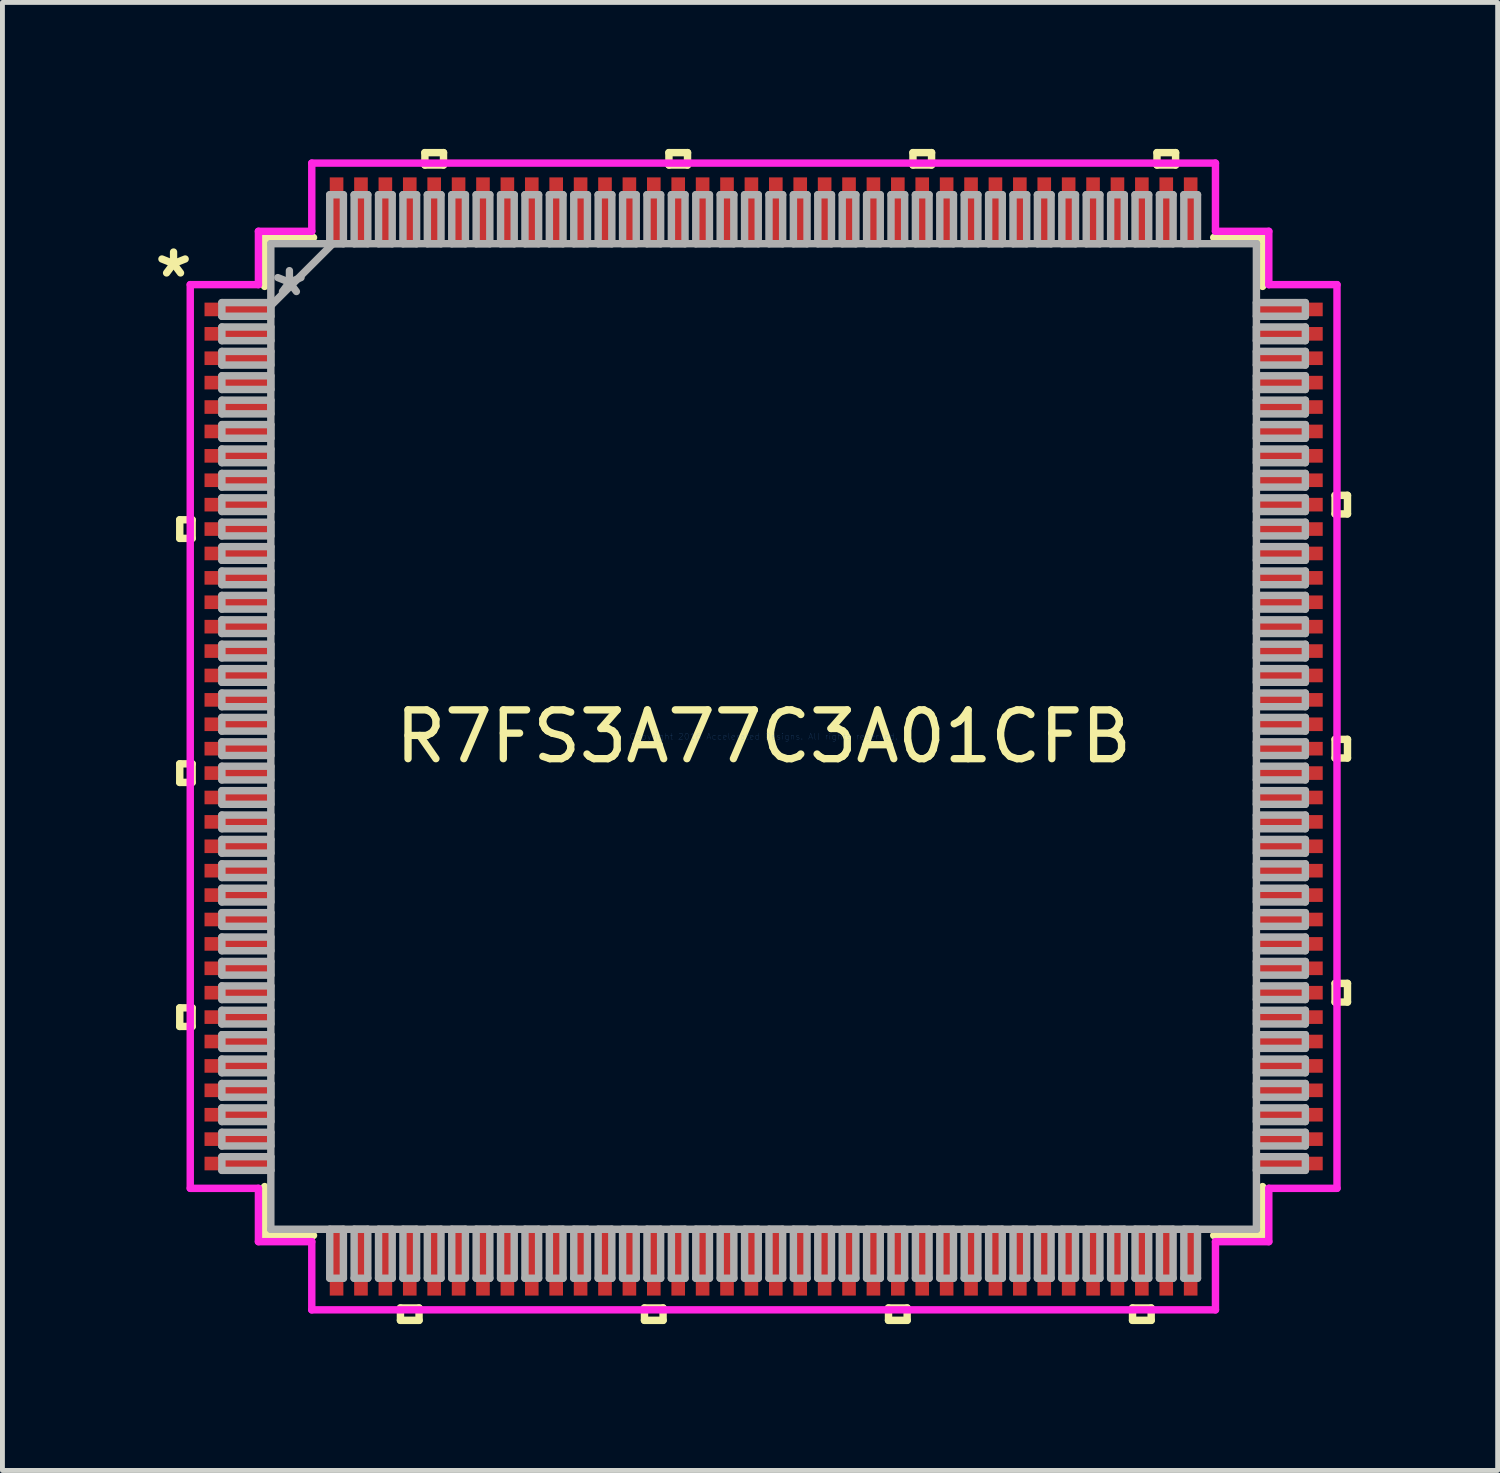
<source format=kicad_pcb>
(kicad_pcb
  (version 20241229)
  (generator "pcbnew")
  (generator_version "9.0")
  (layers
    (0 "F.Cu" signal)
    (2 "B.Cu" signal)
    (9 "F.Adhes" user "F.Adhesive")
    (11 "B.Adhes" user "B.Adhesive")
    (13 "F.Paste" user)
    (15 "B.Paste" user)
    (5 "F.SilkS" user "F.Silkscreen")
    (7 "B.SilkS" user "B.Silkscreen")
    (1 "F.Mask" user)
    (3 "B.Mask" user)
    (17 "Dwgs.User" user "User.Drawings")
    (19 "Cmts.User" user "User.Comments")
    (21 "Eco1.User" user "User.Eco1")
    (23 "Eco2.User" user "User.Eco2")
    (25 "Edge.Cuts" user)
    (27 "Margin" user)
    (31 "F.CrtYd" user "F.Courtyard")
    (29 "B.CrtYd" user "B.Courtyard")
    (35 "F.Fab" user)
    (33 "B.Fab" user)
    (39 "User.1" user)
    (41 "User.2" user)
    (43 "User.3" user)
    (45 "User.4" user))
  (footprint "R7FS3A77C3A01CFB"
    (layer "F.Cu")
    (at 12.596 12.04)
    (property "Reference" "R7FS3A77C3A01CFB" (at 0 0 0) (layer "F.SilkS") (effects (font (size 1 1) (thickness 0.15))))
    (attr through_hole)
    (fp_line (start -11.963 -4.44) (end -11.963 -4.059) (stroke (width 0.152) (type solid)) (layer "F.SilkS"))
    (fp_line (start -11.963 -4.059) (end -11.709 -4.059) (stroke (width 0.152) (type solid)) (layer "F.SilkS"))
    (fp_line (start -11.963 0.56) (end -11.963 0.941) (stroke (width 0.152) (type solid)) (layer "F.SilkS"))
    (fp_line (start -11.963 0.941) (end -11.709 0.941) (stroke (width 0.152) (type solid)) (layer "F.SilkS"))
    (fp_line (start -11.963 5.56) (end -11.963 5.941) (stroke (width 0.152) (type solid)) (layer "F.SilkS"))
    (fp_line (start -11.963 5.941) (end -11.709 5.941) (stroke (width 0.152) (type solid)) (layer "F.SilkS"))
    (fp_line (start -11.709 -4.44) (end -11.963 -4.44) (stroke (width 0.152) (type solid)) (layer "F.SilkS"))
    (fp_line (start -11.709 -4.059) (end -11.709 -4.44) (stroke (width 0.152) (type solid)) (layer "F.SilkS"))
    (fp_line (start -11.709 0.56) (end -11.963 0.56) (stroke (width 0.152) (type solid)) (layer "F.SilkS"))
    (fp_line (start -11.709 0.941) (end -11.709 0.56) (stroke (width 0.152) (type solid)) (layer "F.SilkS"))
    (fp_line (start -11.709 5.56) (end -11.963 5.56) (stroke (width 0.152) (type solid)) (layer "F.SilkS"))
    (fp_line (start -11.709 5.941) (end -11.709 5.56) (stroke (width 0.152) (type solid)) (layer "F.SilkS"))
    (fp_line (start -10.223 -10.223) (end -10.223 -9.222) (stroke (width 0.152) (type solid)) (layer "F.SilkS"))
    (fp_line (start -10.223 9.222) (end -10.223 10.223) (stroke (width 0.152) (type solid)) (layer "F.SilkS"))
    (fp_line (start -10.223 10.223) (end -9.222 10.223) (stroke (width 0.152) (type solid)) (layer "F.SilkS"))
    (fp_line (start -9.222 -10.223) (end -10.223 -10.223) (stroke (width 0.152) (type solid)) (layer "F.SilkS"))
    (fp_line (start -7.441 11.709) (end -7.441 11.963) (stroke (width 0.152) (type solid)) (layer "F.SilkS"))
    (fp_line (start -7.441 11.963) (end -7.06 11.963) (stroke (width 0.152) (type solid)) (layer "F.SilkS"))
    (fp_line (start -7.06 11.709) (end -7.441 11.709) (stroke (width 0.152) (type solid)) (layer "F.SilkS"))
    (fp_line (start -7.06 11.963) (end -7.06 11.709) (stroke (width 0.152) (type solid)) (layer "F.SilkS"))
    (fp_line (start -6.94 -11.963) (end -6.559 -11.963) (stroke (width 0.152) (type solid)) (layer "F.SilkS"))
    (fp_line (start -6.94 -11.709) (end -6.94 -11.963) (stroke (width 0.152) (type solid)) (layer "F.SilkS"))
    (fp_line (start -6.559 -11.963) (end -6.559 -11.709) (stroke (width 0.152) (type solid)) (layer "F.SilkS"))
    (fp_line (start -6.559 -11.709) (end -6.94 -11.709) (stroke (width 0.152) (type solid)) (layer "F.SilkS"))
    (fp_line (start -2.441 11.709) (end -2.441 11.963) (stroke (width 0.152) (type solid)) (layer "F.SilkS"))
    (fp_line (start -2.441 11.963) (end -2.06 11.963) (stroke (width 0.152) (type solid)) (layer "F.SilkS"))
    (fp_line (start -2.06 11.709) (end -2.441 11.709) (stroke (width 0.152) (type solid)) (layer "F.SilkS"))
    (fp_line (start -2.06 11.963) (end -2.06 11.709) (stroke (width 0.152) (type solid)) (layer "F.SilkS"))
    (fp_line (start -1.94 -11.963) (end -1.559 -11.963) (stroke (width 0.152) (type solid)) (layer "F.SilkS"))
    (fp_line (start -1.94 -11.709) (end -1.94 -11.963) (stroke (width 0.152) (type solid)) (layer "F.SilkS"))
    (fp_line (start -1.559 -11.963) (end -1.559 -11.709) (stroke (width 0.152) (type solid)) (layer "F.SilkS"))
    (fp_line (start -1.559 -11.709) (end -1.94 -11.709) (stroke (width 0.152) (type solid)) (layer "F.SilkS"))
    (fp_line (start 2.559 11.709) (end 2.559 11.963) (stroke (width 0.152) (type solid)) (layer "F.SilkS"))
    (fp_line (start 2.559 11.963) (end 2.941 11.963) (stroke (width 0.152) (type solid)) (layer "F.SilkS"))
    (fp_line (start 2.941 11.709) (end 2.559 11.709) (stroke (width 0.152) (type solid)) (layer "F.SilkS"))
    (fp_line (start 2.941 11.963) (end 2.941 11.709) (stroke (width 0.152) (type solid)) (layer "F.SilkS"))
    (fp_line (start 3.06 -11.963) (end 3.441 -11.963) (stroke (width 0.152) (type solid)) (layer "F.SilkS"))
    (fp_line (start 3.06 -11.709) (end 3.06 -11.963) (stroke (width 0.152) (type solid)) (layer "F.SilkS"))
    (fp_line (start 3.441 -11.963) (end 3.441 -11.709) (stroke (width 0.152) (type solid)) (layer "F.SilkS"))
    (fp_line (start 3.441 -11.709) (end 3.06 -11.709) (stroke (width 0.152) (type solid)) (layer "F.SilkS"))
    (fp_line (start 7.559 11.709) (end 7.559 11.963) (stroke (width 0.152) (type solid)) (layer "F.SilkS"))
    (fp_line (start 7.559 11.963) (end 7.941 11.963) (stroke (width 0.152) (type solid)) (layer "F.SilkS"))
    (fp_line (start 7.941 11.709) (end 7.559 11.709) (stroke (width 0.152) (type solid)) (layer "F.SilkS"))
    (fp_line (start 7.941 11.963) (end 7.941 11.709) (stroke (width 0.152) (type solid)) (layer "F.SilkS"))
    (fp_line (start 8.06 -11.963) (end 8.441 -11.963) (stroke (width 0.152) (type solid)) (layer "F.SilkS"))
    (fp_line (start 8.06 -11.709) (end 8.06 -11.963) (stroke (width 0.152) (type solid)) (layer "F.SilkS"))
    (fp_line (start 8.441 -11.963) (end 8.441 -11.709) (stroke (width 0.152) (type solid)) (layer "F.SilkS"))
    (fp_line (start 8.441 -11.709) (end 8.06 -11.709) (stroke (width 0.152) (type solid)) (layer "F.SilkS"))
    (fp_line (start 9.222 10.223) (end 10.223 10.223) (stroke (width 0.152) (type solid)) (layer "F.SilkS"))
    (fp_line (start 10.223 -10.223) (end 9.222 -10.223) (stroke (width 0.152) (type solid)) (layer "F.SilkS"))
    (fp_line (start 10.223 -9.222) (end 10.223 -10.223) (stroke (width 0.152) (type solid)) (layer "F.SilkS"))
    (fp_line (start 10.223 10.223) (end 10.223 9.222) (stroke (width 0.152) (type solid)) (layer "F.SilkS"))
    (fp_line (start 11.709 -4.941) (end 11.963 -4.941) (stroke (width 0.152) (type solid)) (layer "F.SilkS"))
    (fp_line (start 11.709 -4.56) (end 11.709 -4.941) (stroke (width 0.152) (type solid)) (layer "F.SilkS"))
    (fp_line (start 11.709 0.059) (end 11.963 0.059) (stroke (width 0.152) (type solid)) (layer "F.SilkS"))
    (fp_line (start 11.709 0.441) (end 11.709 0.059) (stroke (width 0.152) (type solid)) (layer "F.SilkS"))
    (fp_line (start 11.709 5.059) (end 11.963 5.059) (stroke (width 0.152) (type solid)) (layer "F.SilkS"))
    (fp_line (start 11.709 5.441) (end 11.709 5.059) (stroke (width 0.152) (type solid)) (layer "F.SilkS"))
    (fp_line (start 11.963 -4.941) (end 11.963 -4.56) (stroke (width 0.152) (type solid)) (layer "F.SilkS"))
    (fp_line (start 11.963 -4.56) (end 11.709 -4.56) (stroke (width 0.152) (type solid)) (layer "F.SilkS"))
    (fp_line (start 11.963 0.059) (end 11.963 0.441) (stroke (width 0.152) (type solid)) (layer "F.SilkS"))
    (fp_line (start 11.963 0.441) (end 11.709 0.441) (stroke (width 0.152) (type solid)) (layer "F.SilkS"))
    (fp_line (start 11.963 5.059) (end 11.963 5.441) (stroke (width 0.152) (type solid)) (layer "F.SilkS"))
    (fp_line (start 11.963 5.441) (end 11.709 5.441) (stroke (width 0.152) (type solid)) (layer "F.SilkS"))
    (fp_line (start -11.748 -9.258) (end -10.351 -9.258) (stroke (width 0.152) (type solid)) (layer "F.CrtYd"))
    (fp_line (start -11.748 9.258) (end -11.748 -9.258) (stroke (width 0.152) (type solid)) (layer "F.CrtYd"))
    (fp_line (start -10.351 -10.351) (end -9.258 -10.351) (stroke (width 0.152) (type solid)) (layer "F.CrtYd"))
    (fp_line (start -10.351 -9.258) (end -10.351 -10.351) (stroke (width 0.152) (type solid)) (layer "F.CrtYd"))
    (fp_line (start -10.351 9.258) (end -11.748 9.258) (stroke (width 0.152) (type solid)) (layer "F.CrtYd"))
    (fp_line (start -10.351 10.351) (end -10.351 9.258) (stroke (width 0.152) (type solid)) (layer "F.CrtYd"))
    (fp_line (start -9.258 -11.748) (end 9.258 -11.748) (stroke (width 0.152) (type solid)) (layer "F.CrtYd"))
    (fp_line (start -9.258 -10.351) (end -9.258 -11.748) (stroke (width 0.152) (type solid)) (layer "F.CrtYd"))
    (fp_line (start -9.258 10.351) (end -10.351 10.351) (stroke (width 0.152) (type solid)) (layer "F.CrtYd"))
    (fp_line (start -9.258 11.748) (end -9.258 10.351) (stroke (width 0.152) (type solid)) (layer "F.CrtYd"))
    (fp_line (start 9.258 -11.748) (end 9.258 -10.351) (stroke (width 0.152) (type solid)) (layer "F.CrtYd"))
    (fp_line (start 9.258 -10.351) (end 10.351 -10.351) (stroke (width 0.152) (type solid)) (layer "F.CrtYd"))
    (fp_line (start 9.258 10.351) (end 9.258 11.748) (stroke (width 0.152) (type solid)) (layer "F.CrtYd"))
    (fp_line (start 9.258 11.748) (end -9.258 11.748) (stroke (width 0.152) (type solid)) (layer "F.CrtYd"))
    (fp_line (start 10.351 -10.351) (end 10.351 -9.258) (stroke (width 0.152) (type solid)) (layer "F.CrtYd"))
    (fp_line (start 10.351 -9.258) (end 11.748 -9.258) (stroke (width 0.152) (type solid)) (layer "F.CrtYd"))
    (fp_line (start 10.351 9.258) (end 10.351 10.351) (stroke (width 0.152) (type solid)) (layer "F.CrtYd"))
    (fp_line (start 10.351 10.351) (end 9.258 10.351) (stroke (width 0.152) (type solid)) (layer "F.CrtYd"))
    (fp_line (start 11.748 -9.258) (end 11.748 9.258) (stroke (width 0.152) (type solid)) (layer "F.CrtYd"))
    (fp_line (start 11.748 9.258) (end 10.351 9.258) (stroke (width 0.152) (type solid)) (layer "F.CrtYd"))
    (fp_line (start -11.1 -8.89) (end -11.1 -8.61) (stroke (width 0.152) (type solid)) (layer "F.Fab"))
    (fp_line (start -11.1 -8.61) (end -10.097 -8.61) (stroke (width 0.152) (type solid)) (layer "F.Fab"))
    (fp_line (start -11.1 -8.39) (end -11.1 -8.11) (stroke (width 0.152) (type solid)) (layer "F.Fab"))
    (fp_line (start -11.1 -8.11) (end -10.097 -8.11) (stroke (width 0.152) (type solid)) (layer "F.Fab"))
    (fp_line (start -11.1 -7.89) (end -11.1 -7.61) (stroke (width 0.152) (type solid)) (layer "F.Fab"))
    (fp_line (start -11.1 -7.61) (end -10.097 -7.61) (stroke (width 0.152) (type solid)) (layer "F.Fab"))
    (fp_line (start -11.1 -7.39) (end -11.1 -7.11) (stroke (width 0.152) (type solid)) (layer "F.Fab"))
    (fp_line (start -11.1 -7.11) (end -10.097 -7.11) (stroke (width 0.152) (type solid)) (layer "F.Fab"))
    (fp_line (start -11.1 -6.89) (end -11.1 -6.61) (stroke (width 0.152) (type solid)) (layer "F.Fab"))
    (fp_line (start -11.1 -6.61) (end -10.097 -6.61) (stroke (width 0.152) (type solid)) (layer "F.Fab"))
    (fp_line (start -11.1 -6.39) (end -11.1 -6.11) (stroke (width 0.152) (type solid)) (layer "F.Fab"))
    (fp_line (start -11.1 -6.11) (end -10.097 -6.11) (stroke (width 0.152) (type solid)) (layer "F.Fab"))
    (fp_line (start -11.1 -5.89) (end -11.1 -5.61) (stroke (width 0.152) (type solid)) (layer "F.Fab"))
    (fp_line (start -11.1 -5.61) (end -10.097 -5.61) (stroke (width 0.152) (type solid)) (layer "F.Fab"))
    (fp_line (start -11.1 -5.39) (end -11.1 -5.11) (stroke (width 0.152) (type solid)) (layer "F.Fab"))
    (fp_line (start -11.1 -5.11) (end -10.097 -5.11) (stroke (width 0.152) (type solid)) (layer "F.Fab"))
    (fp_line (start -11.1 -4.89) (end -11.1 -4.61) (stroke (width 0.152) (type solid)) (layer "F.Fab"))
    (fp_line (start -11.1 -4.61) (end -10.097 -4.61) (stroke (width 0.152) (type solid)) (layer "F.Fab"))
    (fp_line (start -11.1 -4.39) (end -11.1 -4.11) (stroke (width 0.152) (type solid)) (layer "F.Fab"))
    (fp_line (start -11.1 -4.11) (end -10.097 -4.11) (stroke (width 0.152) (type solid)) (layer "F.Fab"))
    (fp_line (start -11.1 -3.89) (end -11.1 -3.61) (stroke (width 0.152) (type solid)) (layer "F.Fab"))
    (fp_line (start -11.1 -3.61) (end -10.097 -3.61) (stroke (width 0.152) (type solid)) (layer "F.Fab"))
    (fp_line (start -11.1 -3.39) (end -11.1 -3.11) (stroke (width 0.152) (type solid)) (layer "F.Fab"))
    (fp_line (start -11.1 -3.11) (end -10.097 -3.11) (stroke (width 0.152) (type solid)) (layer "F.Fab"))
    (fp_line (start -11.1 -2.89) (end -11.1 -2.61) (stroke (width 0.152) (type solid)) (layer "F.Fab"))
    (fp_line (start -11.1 -2.61) (end -10.097 -2.61) (stroke (width 0.152) (type solid)) (layer "F.Fab"))
    (fp_line (start -11.1 -2.39) (end -11.1 -2.11) (stroke (width 0.152) (type solid)) (layer "F.Fab"))
    (fp_line (start -11.1 -2.11) (end -10.097 -2.11) (stroke (width 0.152) (type solid)) (layer "F.Fab"))
    (fp_line (start -11.1 -1.89) (end -11.1 -1.61) (stroke (width 0.152) (type solid)) (layer "F.Fab"))
    (fp_line (start -11.1 -1.61) (end -10.097 -1.61) (stroke (width 0.152) (type solid)) (layer "F.Fab"))
    (fp_line (start -11.1 -1.39) (end -11.1 -1.11) (stroke (width 0.152) (type solid)) (layer "F.Fab"))
    (fp_line (start -11.1 -1.11) (end -10.097 -1.11) (stroke (width 0.152) (type solid)) (layer "F.Fab"))
    (fp_line (start -11.1 -0.89) (end -11.1 -0.61) (stroke (width 0.152) (type solid)) (layer "F.Fab"))
    (fp_line (start -11.1 -0.61) (end -10.097 -0.61) (stroke (width 0.152) (type solid)) (layer "F.Fab"))
    (fp_line (start -11.1 -0.39) (end -11.1 -0.11) (stroke (width 0.152) (type solid)) (layer "F.Fab"))
    (fp_line (start -11.1 -0.11) (end -10.097 -0.11) (stroke (width 0.152) (type solid)) (layer "F.Fab"))
    (fp_line (start -11.1 0.11) (end -11.1 0.39) (stroke (width 0.152) (type solid)) (layer "F.Fab"))
    (fp_line (start -11.1 0.39) (end -10.097 0.39) (stroke (width 0.152) (type solid)) (layer "F.Fab"))
    (fp_line (start -11.1 0.61) (end -11.1 0.89) (stroke (width 0.152) (type solid)) (layer "F.Fab"))
    (fp_line (start -11.1 0.89) (end -10.097 0.89) (stroke (width 0.152) (type solid)) (layer "F.Fab"))
    (fp_line (start -11.1 1.11) (end -11.1 1.39) (stroke (width 0.152) (type solid)) (layer "F.Fab"))
    (fp_line (start -11.1 1.39) (end -10.097 1.39) (stroke (width 0.152) (type solid)) (layer "F.Fab"))
    (fp_line (start -11.1 1.61) (end -11.1 1.89) (stroke (width 0.152) (type solid)) (layer "F.Fab"))
    (fp_line (start -11.1 1.89) (end -10.097 1.89) (stroke (width 0.152) (type solid)) (layer "F.Fab"))
    (fp_line (start -11.1 2.11) (end -11.1 2.39) (stroke (width 0.152) (type solid)) (layer "F.Fab"))
    (fp_line (start -11.1 2.39) (end -10.097 2.39) (stroke (width 0.152) (type solid)) (layer "F.Fab"))
    (fp_line (start -11.1 2.61) (end -11.1 2.89) (stroke (width 0.152) (type solid)) (layer "F.Fab"))
    (fp_line (start -11.1 2.89) (end -10.097 2.89) (stroke (width 0.152) (type solid)) (layer "F.Fab"))
    (fp_line (start -11.1 3.11) (end -11.1 3.39) (stroke (width 0.152) (type solid)) (layer "F.Fab"))
    (fp_line (start -11.1 3.39) (end -10.097 3.39) (stroke (width 0.152) (type solid)) (layer "F.Fab"))
    (fp_line (start -11.1 3.61) (end -11.1 3.89) (stroke (width 0.152) (type solid)) (layer "F.Fab"))
    (fp_line (start -11.1 3.89) (end -10.097 3.89) (stroke (width 0.152) (type solid)) (layer "F.Fab"))
    (fp_line (start -11.1 4.11) (end -11.1 4.39) (stroke (width 0.152) (type solid)) (layer "F.Fab"))
    (fp_line (start -11.1 4.39) (end -10.097 4.39) (stroke (width 0.152) (type solid)) (layer "F.Fab"))
    (fp_line (start -11.1 4.61) (end -11.1 4.89) (stroke (width 0.152) (type solid)) (layer "F.Fab"))
    (fp_line (start -11.1 4.89) (end -10.097 4.89) (stroke (width 0.152) (type solid)) (layer "F.Fab"))
    (fp_line (start -11.1 5.11) (end -11.1 5.39) (stroke (width 0.152) (type solid)) (layer "F.Fab"))
    (fp_line (start -11.1 5.39) (end -10.097 5.39) (stroke (width 0.152) (type solid)) (layer "F.Fab"))
    (fp_line (start -11.1 5.61) (end -11.1 5.89) (stroke (width 0.152) (type solid)) (layer "F.Fab"))
    (fp_line (start -11.1 5.89) (end -10.097 5.89) (stroke (width 0.152) (type solid)) (layer "F.Fab"))
    (fp_line (start -11.1 6.11) (end -11.1 6.39) (stroke (width 0.152) (type solid)) (layer "F.Fab"))
    (fp_line (start -11.1 6.39) (end -10.097 6.39) (stroke (width 0.152) (type solid)) (layer "F.Fab"))
    (fp_line (start -11.1 6.61) (end -11.1 6.89) (stroke (width 0.152) (type solid)) (layer "F.Fab"))
    (fp_line (start -11.1 6.89) (end -10.097 6.89) (stroke (width 0.152) (type solid)) (layer "F.Fab"))
    (fp_line (start -11.1 7.11) (end -11.1 7.39) (stroke (width 0.152) (type solid)) (layer "F.Fab"))
    (fp_line (start -11.1 7.39) (end -10.097 7.39) (stroke (width 0.152) (type solid)) (layer "F.Fab"))
    (fp_line (start -11.1 7.61) (end -11.1 7.89) (stroke (width 0.152) (type solid)) (layer "F.Fab"))
    (fp_line (start -11.1 7.89) (end -10.097 7.89) (stroke (width 0.152) (type solid)) (layer "F.Fab"))
    (fp_line (start -11.1 8.11) (end -11.1 8.39) (stroke (width 0.152) (type solid)) (layer "F.Fab"))
    (fp_line (start -11.1 8.39) (end -10.097 8.39) (stroke (width 0.152) (type solid)) (layer "F.Fab"))
    (fp_line (start -11.1 8.61) (end -11.1 8.89) (stroke (width 0.152) (type solid)) (layer "F.Fab"))
    (fp_line (start -11.1 8.89) (end -10.097 8.89) (stroke (width 0.152) (type solid)) (layer "F.Fab"))
    (fp_line (start -10.097 -10.097) (end -10.097 -10.097) (stroke (width 0.152) (type solid)) (layer "F.Fab"))
    (fp_line (start -10.097 -10.097) (end -10.097 10.097) (stroke (width 0.152) (type solid)) (layer "F.Fab"))
    (fp_line (start -10.097 -8.89) (end -11.1 -8.89) (stroke (width 0.152) (type solid)) (layer "F.Fab"))
    (fp_line (start -10.097 -8.826) (end -8.826 -10.097) (stroke (width 0.152) (type solid)) (layer "F.Fab"))
    (fp_line (start -10.097 -8.61) (end -10.097 -8.89) (stroke (width 0.152) (type solid)) (layer "F.Fab"))
    (fp_line (start -10.097 -8.39) (end -11.1 -8.39) (stroke (width 0.152) (type solid)) (layer "F.Fab"))
    (fp_line (start -10.097 -8.11) (end -10.097 -8.39) (stroke (width 0.152) (type solid)) (layer "F.Fab"))
    (fp_line (start -10.097 -7.89) (end -11.1 -7.89) (stroke (width 0.152) (type solid)) (layer "F.Fab"))
    (fp_line (start -10.097 -7.61) (end -10.097 -7.89) (stroke (width 0.152) (type solid)) (layer "F.Fab"))
    (fp_line (start -10.097 -7.39) (end -11.1 -7.39) (stroke (width 0.152) (type solid)) (layer "F.Fab"))
    (fp_line (start -10.097 -7.11) (end -10.097 -7.39) (stroke (width 0.152) (type solid)) (layer "F.Fab"))
    (fp_line (start -10.097 -6.89) (end -11.1 -6.89) (stroke (width 0.152) (type solid)) (layer "F.Fab"))
    (fp_line (start -10.097 -6.61) (end -10.097 -6.89) (stroke (width 0.152) (type solid)) (layer "F.Fab"))
    (fp_line (start -10.097 -6.39) (end -11.1 -6.39) (stroke (width 0.152) (type solid)) (layer "F.Fab"))
    (fp_line (start -10.097 -6.11) (end -10.097 -6.39) (stroke (width 0.152) (type solid)) (layer "F.Fab"))
    (fp_line (start -10.097 -5.89) (end -11.1 -5.89) (stroke (width 0.152) (type solid)) (layer "F.Fab"))
    (fp_line (start -10.097 -5.61) (end -10.097 -5.89) (stroke (width 0.152) (type solid)) (layer "F.Fab"))
    (fp_line (start -10.097 -5.39) (end -11.1 -5.39) (stroke (width 0.152) (type solid)) (layer "F.Fab"))
    (fp_line (start -10.097 -5.11) (end -10.097 -5.39) (stroke (width 0.152) (type solid)) (layer "F.Fab"))
    (fp_line (start -10.097 -4.89) (end -11.1 -4.89) (stroke (width 0.152) (type solid)) (layer "F.Fab"))
    (fp_line (start -10.097 -4.61) (end -10.097 -4.89) (stroke (width 0.152) (type solid)) (layer "F.Fab"))
    (fp_line (start -10.097 -4.39) (end -11.1 -4.39) (stroke (width 0.152) (type solid)) (layer "F.Fab"))
    (fp_line (start -10.097 -4.11) (end -10.097 -4.39) (stroke (width 0.152) (type solid)) (layer "F.Fab"))
    (fp_line (start -10.097 -3.89) (end -11.1 -3.89) (stroke (width 0.152) (type solid)) (layer "F.Fab"))
    (fp_line (start -10.097 -3.61) (end -10.097 -3.89) (stroke (width 0.152) (type solid)) (layer "F.Fab"))
    (fp_line (start -10.097 -3.39) (end -11.1 -3.39) (stroke (width 0.152) (type solid)) (layer "F.Fab"))
    (fp_line (start -10.097 -3.11) (end -10.097 -3.39) (stroke (width 0.152) (type solid)) (layer "F.Fab"))
    (fp_line (start -10.097 -2.89) (end -11.1 -2.89) (stroke (width 0.152) (type solid)) (layer "F.Fab"))
    (fp_line (start -10.097 -2.61) (end -10.097 -2.89) (stroke (width 0.152) (type solid)) (layer "F.Fab"))
    (fp_line (start -10.097 -2.39) (end -11.1 -2.39) (stroke (width 0.152) (type solid)) (layer "F.Fab"))
    (fp_line (start -10.097 -2.11) (end -10.097 -2.39) (stroke (width 0.152) (type solid)) (layer "F.Fab"))
    (fp_line (start -10.097 -1.89) (end -11.1 -1.89) (stroke (width 0.152) (type solid)) (layer "F.Fab"))
    (fp_line (start -10.097 -1.61) (end -10.097 -1.89) (stroke (width 0.152) (type solid)) (layer "F.Fab"))
    (fp_line (start -10.097 -1.39) (end -11.1 -1.39) (stroke (width 0.152) (type solid)) (layer "F.Fab"))
    (fp_line (start -10.097 -1.11) (end -10.097 -1.39) (stroke (width 0.152) (type solid)) (layer "F.Fab"))
    (fp_line (start -10.097 -0.89) (end -11.1 -0.89) (stroke (width 0.152) (type solid)) (layer "F.Fab"))
    (fp_line (start -10.097 -0.61) (end -10.097 -0.89) (stroke (width 0.152) (type solid)) (layer "F.Fab"))
    (fp_line (start -10.097 -0.39) (end -11.1 -0.39) (stroke (width 0.152) (type solid)) (layer "F.Fab"))
    (fp_line (start -10.097 -0.11) (end -10.097 -0.39) (stroke (width 0.152) (type solid)) (layer "F.Fab"))
    (fp_line (start -10.097 0.11) (end -11.1 0.11) (stroke (width 0.152) (type solid)) (layer "F.Fab"))
    (fp_line (start -10.097 0.39) (end -10.097 0.11) (stroke (width 0.152) (type solid)) (layer "F.Fab"))
    (fp_line (start -10.097 0.61) (end -11.1 0.61) (stroke (width 0.152) (type solid)) (layer "F.Fab"))
    (fp_line (start -10.097 0.89) (end -10.097 0.61) (stroke (width 0.152) (type solid)) (layer "F.Fab"))
    (fp_line (start -10.097 1.11) (end -11.1 1.11) (stroke (width 0.152) (type solid)) (layer "F.Fab"))
    (fp_line (start -10.097 1.39) (end -10.097 1.11) (stroke (width 0.152) (type solid)) (layer "F.Fab"))
    (fp_line (start -10.097 1.61) (end -11.1 1.61) (stroke (width 0.152) (type solid)) (layer "F.Fab"))
    (fp_line (start -10.097 1.89) (end -10.097 1.61) (stroke (width 0.152) (type solid)) (layer "F.Fab"))
    (fp_line (start -10.097 2.11) (end -11.1 2.11) (stroke (width 0.152) (type solid)) (layer "F.Fab"))
    (fp_line (start -10.097 2.39) (end -10.097 2.11) (stroke (width 0.152) (type solid)) (layer "F.Fab"))
    (fp_line (start -10.097 2.61) (end -11.1 2.61) (stroke (width 0.152) (type solid)) (layer "F.Fab"))
    (fp_line (start -10.097 2.89) (end -10.097 2.61) (stroke (width 0.152) (type solid)) (layer "F.Fab"))
    (fp_line (start -10.097 3.11) (end -11.1 3.11) (stroke (width 0.152) (type solid)) (layer "F.Fab"))
    (fp_line (start -10.097 3.39) (end -10.097 3.11) (stroke (width 0.152) (type solid)) (layer "F.Fab"))
    (fp_line (start -10.097 3.61) (end -11.1 3.61) (stroke (width 0.152) (type solid)) (layer "F.Fab"))
    (fp_line (start -10.097 3.89) (end -10.097 3.61) (stroke (width 0.152) (type solid)) (layer "F.Fab"))
    (fp_line (start -10.097 4.11) (end -11.1 4.11) (stroke (width 0.152) (type solid)) (layer "F.Fab"))
    (fp_line (start -10.097 4.39) (end -10.097 4.11) (stroke (width 0.152) (type solid)) (layer "F.Fab"))
    (fp_line (start -10.097 4.61) (end -11.1 4.61) (stroke (width 0.152) (type solid)) (layer "F.Fab"))
    (fp_line (start -10.097 4.89) (end -10.097 4.61) (stroke (width 0.152) (type solid)) (layer "F.Fab"))
    (fp_line (start -10.097 5.11) (end -11.1 5.11) (stroke (width 0.152) (type solid)) (layer "F.Fab"))
    (fp_line (start -10.097 5.39) (end -10.097 5.11) (stroke (width 0.152) (type solid)) (layer "F.Fab"))
    (fp_line (start -10.097 5.61) (end -11.1 5.61) (stroke (width 0.152) (type solid)) (layer "F.Fab"))
    (fp_line (start -10.097 5.89) (end -10.097 5.61) (stroke (width 0.152) (type solid)) (layer "F.Fab"))
    (fp_line (start -10.097 6.11) (end -11.1 6.11) (stroke (width 0.152) (type solid)) (layer "F.Fab"))
    (fp_line (start -10.097 6.39) (end -10.097 6.11) (stroke (width 0.152) (type solid)) (layer "F.Fab"))
    (fp_line (start -10.097 6.61) (end -11.1 6.61) (stroke (width 0.152) (type solid)) (layer "F.Fab"))
    (fp_line (start -10.097 6.89) (end -10.097 6.61) (stroke (width 0.152) (type solid)) (layer "F.Fab"))
    (fp_line (start -10.097 7.11) (end -11.1 7.11) (stroke (width 0.152) (type solid)) (layer "F.Fab"))
    (fp_line (start -10.097 7.39) (end -10.097 7.11) (stroke (width 0.152) (type solid)) (layer "F.Fab"))
    (fp_line (start -10.097 7.61) (end -11.1 7.61) (stroke (width 0.152) (type solid)) (layer "F.Fab"))
    (fp_line (start -10.097 7.89) (end -10.097 7.61) (stroke (width 0.152) (type solid)) (layer "F.Fab"))
    (fp_line (start -10.097 8.11) (end -11.1 8.11) (stroke (width 0.152) (type solid)) (layer "F.Fab"))
    (fp_line (start -10.097 8.39) (end -10.097 8.11) (stroke (width 0.152) (type solid)) (layer "F.Fab"))
    (fp_line (start -10.097 8.61) (end -11.1 8.61) (stroke (width 0.152) (type solid)) (layer "F.Fab"))
    (fp_line (start -10.097 8.89) (end -10.097 8.61) (stroke (width 0.152) (type solid)) (layer "F.Fab"))
    (fp_line (start -10.097 10.097) (end -10.097 10.097) (stroke (width 0.152) (type solid)) (layer "F.Fab"))
    (fp_line (start -10.097 10.097) (end 10.097 10.097) (stroke (width 0.152) (type solid)) (layer "F.Fab"))
    (fp_line (start -8.89 -11.1) (end -8.89 -10.097) (stroke (width 0.152) (type solid)) (layer "F.Fab"))
    (fp_line (start -8.89 -10.097) (end -8.61 -10.097) (stroke (width 0.152) (type solid)) (layer "F.Fab"))
    (fp_line (start -8.89 10.097) (end -8.89 11.1) (stroke (width 0.152) (type solid)) (layer "F.Fab"))
    (fp_line (start -8.89 11.1) (end -8.61 11.1) (stroke (width 0.152) (type solid)) (layer "F.Fab"))
    (fp_line (start -8.61 -11.1) (end -8.89 -11.1) (stroke (width 0.152) (type solid)) (layer "F.Fab"))
    (fp_line (start -8.61 -10.097) (end -8.61 -11.1) (stroke (width 0.152) (type solid)) (layer "F.Fab"))
    (fp_line (start -8.61 10.097) (end -8.89 10.097) (stroke (width 0.152) (type solid)) (layer "F.Fab"))
    (fp_line (start -8.61 11.1) (end -8.61 10.097) (stroke (width 0.152) (type solid)) (layer "F.Fab"))
    (fp_line (start -8.39 -11.1) (end -8.39 -10.097) (stroke (width 0.152) (type solid)) (layer "F.Fab"))
    (fp_line (start -8.39 -10.097) (end -8.11 -10.097) (stroke (width 0.152) (type solid)) (layer "F.Fab"))
    (fp_line (start -8.39 10.097) (end -8.39 11.1) (stroke (width 0.152) (type solid)) (layer "F.Fab"))
    (fp_line (start -8.39 11.1) (end -8.11 11.1) (stroke (width 0.152) (type solid)) (layer "F.Fab"))
    (fp_line (start -8.11 -11.1) (end -8.39 -11.1) (stroke (width 0.152) (type solid)) (layer "F.Fab"))
    (fp_line (start -8.11 -10.097) (end -8.11 -11.1) (stroke (width 0.152) (type solid)) (layer "F.Fab"))
    (fp_line (start -8.11 10.097) (end -8.39 10.097) (stroke (width 0.152) (type solid)) (layer "F.Fab"))
    (fp_line (start -8.11 11.1) (end -8.11 10.097) (stroke (width 0.152) (type solid)) (layer "F.Fab"))
    (fp_line (start -7.89 -11.1) (end -7.89 -10.097) (stroke (width 0.152) (type solid)) (layer "F.Fab"))
    (fp_line (start -7.89 -10.097) (end -7.61 -10.097) (stroke (width 0.152) (type solid)) (layer "F.Fab"))
    (fp_line (start -7.89 10.097) (end -7.89 11.1) (stroke (width 0.152) (type solid)) (layer "F.Fab"))
    (fp_line (start -7.89 11.1) (end -7.61 11.1) (stroke (width 0.152) (type solid)) (layer "F.Fab"))
    (fp_line (start -7.61 -11.1) (end -7.89 -11.1) (stroke (width 0.152) (type solid)) (layer "F.Fab"))
    (fp_line (start -7.61 -10.097) (end -7.61 -11.1) (stroke (width 0.152) (type solid)) (layer "F.Fab"))
    (fp_line (start -7.61 10.097) (end -7.89 10.097) (stroke (width 0.152) (type solid)) (layer "F.Fab"))
    (fp_line (start -7.61 11.1) (end -7.61 10.097) (stroke (width 0.152) (type solid)) (layer "F.Fab"))
    (fp_line (start -7.39 -11.1) (end -7.39 -10.097) (stroke (width 0.152) (type solid)) (layer "F.Fab"))
    (fp_line (start -7.39 -10.097) (end -7.11 -10.097) (stroke (width 0.152) (type solid)) (layer "F.Fab"))
    (fp_line (start -7.39 10.097) (end -7.39 11.1) (stroke (width 0.152) (type solid)) (layer "F.Fab"))
    (fp_line (start -7.39 11.1) (end -7.11 11.1) (stroke (width 0.152) (type solid)) (layer "F.Fab"))
    (fp_line (start -7.11 -11.1) (end -7.39 -11.1) (stroke (width 0.152) (type solid)) (layer "F.Fab"))
    (fp_line (start -7.11 -10.097) (end -7.11 -11.1) (stroke (width 0.152) (type solid)) (layer "F.Fab"))
    (fp_line (start -7.11 10.097) (end -7.39 10.097) (stroke (width 0.152) (type solid)) (layer "F.Fab"))
    (fp_line (start -7.11 11.1) (end -7.11 10.097) (stroke (width 0.152) (type solid)) (layer "F.Fab"))
    (fp_line (start -6.89 -11.1) (end -6.89 -10.097) (stroke (width 0.152) (type solid)) (layer "F.Fab"))
    (fp_line (start -6.89 -10.097) (end -6.61 -10.097) (stroke (width 0.152) (type solid)) (layer "F.Fab"))
    (fp_line (start -6.89 10.097) (end -6.89 11.1) (stroke (width 0.152) (type solid)) (layer "F.Fab"))
    (fp_line (start -6.89 11.1) (end -6.61 11.1) (stroke (width 0.152) (type solid)) (layer "F.Fab"))
    (fp_line (start -6.61 -11.1) (end -6.89 -11.1) (stroke (width 0.152) (type solid)) (layer "F.Fab"))
    (fp_line (start -6.61 -10.097) (end -6.61 -11.1) (stroke (width 0.152) (type solid)) (layer "F.Fab"))
    (fp_line (start -6.61 10.097) (end -6.89 10.097) (stroke (width 0.152) (type solid)) (layer "F.Fab"))
    (fp_line (start -6.61 11.1) (end -6.61 10.097) (stroke (width 0.152) (type solid)) (layer "F.Fab"))
    (fp_line (start -6.39 -11.1) (end -6.39 -10.097) (stroke (width 0.152) (type solid)) (layer "F.Fab"))
    (fp_line (start -6.39 -10.097) (end -6.11 -10.097) (stroke (width 0.152) (type solid)) (layer "F.Fab"))
    (fp_line (start -6.39 10.097) (end -6.39 11.1) (stroke (width 0.152) (type solid)) (layer "F.Fab"))
    (fp_line (start -6.39 11.1) (end -6.11 11.1) (stroke (width 0.152) (type solid)) (layer "F.Fab"))
    (fp_line (start -6.11 -11.1) (end -6.39 -11.1) (stroke (width 0.152) (type solid)) (layer "F.Fab"))
    (fp_line (start -6.11 -10.097) (end -6.11 -11.1) (stroke (width 0.152) (type solid)) (layer "F.Fab"))
    (fp_line (start -6.11 10.097) (end -6.39 10.097) (stroke (width 0.152) (type solid)) (layer "F.Fab"))
    (fp_line (start -6.11 11.1) (end -6.11 10.097) (stroke (width 0.152) (type solid)) (layer "F.Fab"))
    (fp_line (start -5.89 -11.1) (end -5.89 -10.097) (stroke (width 0.152) (type solid)) (layer "F.Fab"))
    (fp_line (start -5.89 -10.097) (end -5.61 -10.097) (stroke (width 0.152) (type solid)) (layer "F.Fab"))
    (fp_line (start -5.89 10.097) (end -5.89 11.1) (stroke (width 0.152) (type solid)) (layer "F.Fab"))
    (fp_line (start -5.89 11.1) (end -5.61 11.1) (stroke (width 0.152) (type solid)) (layer "F.Fab"))
    (fp_line (start -5.61 -11.1) (end -5.89 -11.1) (stroke (width 0.152) (type solid)) (layer "F.Fab"))
    (fp_line (start -5.61 -10.097) (end -5.61 -11.1) (stroke (width 0.152) (type solid)) (layer "F.Fab"))
    (fp_line (start -5.61 10.097) (end -5.89 10.097) (stroke (width 0.152) (type solid)) (layer "F.Fab"))
    (fp_line (start -5.61 11.1) (end -5.61 10.097) (stroke (width 0.152) (type solid)) (layer "F.Fab"))
    (fp_line (start -5.39 -11.1) (end -5.39 -10.097) (stroke (width 0.152) (type solid)) (layer "F.Fab"))
    (fp_line (start -5.39 -10.097) (end -5.11 -10.097) (stroke (width 0.152) (type solid)) (layer "F.Fab"))
    (fp_line (start -5.39 10.097) (end -5.39 11.1) (stroke (width 0.152) (type solid)) (layer "F.Fab"))
    (fp_line (start -5.39 11.1) (end -5.11 11.1) (stroke (width 0.152) (type solid)) (layer "F.Fab"))
    (fp_line (start -5.11 -11.1) (end -5.39 -11.1) (stroke (width 0.152) (type solid)) (layer "F.Fab"))
    (fp_line (start -5.11 -10.097) (end -5.11 -11.1) (stroke (width 0.152) (type solid)) (layer "F.Fab"))
    (fp_line (start -5.11 10.097) (end -5.39 10.097) (stroke (width 0.152) (type solid)) (layer "F.Fab"))
    (fp_line (start -5.11 11.1) (end -5.11 10.097) (stroke (width 0.152) (type solid)) (layer "F.Fab"))
    (fp_line (start -4.89 -11.1) (end -4.89 -10.097) (stroke (width 0.152) (type solid)) (layer "F.Fab"))
    (fp_line (start -4.89 -10.097) (end -4.61 -10.097) (stroke (width 0.152) (type solid)) (layer "F.Fab"))
    (fp_line (start -4.89 10.097) (end -4.89 11.1) (stroke (width 0.152) (type solid)) (layer "F.Fab"))
    (fp_line (start -4.89 11.1) (end -4.61 11.1) (stroke (width 0.152) (type solid)) (layer "F.Fab"))
    (fp_line (start -4.61 -11.1) (end -4.89 -11.1) (stroke (width 0.152) (type solid)) (layer "F.Fab"))
    (fp_line (start -4.61 -10.097) (end -4.61 -11.1) (stroke (width 0.152) (type solid)) (layer "F.Fab"))
    (fp_line (start -4.61 10.097) (end -4.89 10.097) (stroke (width 0.152) (type solid)) (layer "F.Fab"))
    (fp_line (start -4.61 11.1) (end -4.61 10.097) (stroke (width 0.152) (type solid)) (layer "F.Fab"))
    (fp_line (start -4.39 -11.1) (end -4.39 -10.097) (stroke (width 0.152) (type solid)) (layer "F.Fab"))
    (fp_line (start -4.39 -10.097) (end -4.11 -10.097) (stroke (width 0.152) (type solid)) (layer "F.Fab"))
    (fp_line (start -4.39 10.097) (end -4.39 11.1) (stroke (width 0.152) (type solid)) (layer "F.Fab"))
    (fp_line (start -4.39 11.1) (end -4.11 11.1) (stroke (width 0.152) (type solid)) (layer "F.Fab"))
    (fp_line (start -4.11 -11.1) (end -4.39 -11.1) (stroke (width 0.152) (type solid)) (layer "F.Fab"))
    (fp_line (start -4.11 -10.097) (end -4.11 -11.1) (stroke (width 0.152) (type solid)) (layer "F.Fab"))
    (fp_line (start -4.11 10.097) (end -4.39 10.097) (stroke (width 0.152) (type solid)) (layer "F.Fab"))
    (fp_line (start -4.11 11.1) (end -4.11 10.097) (stroke (width 0.152) (type solid)) (layer "F.Fab"))
    (fp_line (start -3.89 -11.1) (end -3.89 -10.097) (stroke (width 0.152) (type solid)) (layer "F.Fab"))
    (fp_line (start -3.89 -10.097) (end -3.61 -10.097) (stroke (width 0.152) (type solid)) (layer "F.Fab"))
    (fp_line (start -3.89 10.097) (end -3.89 11.1) (stroke (width 0.152) (type solid)) (layer "F.Fab"))
    (fp_line (start -3.89 11.1) (end -3.61 11.1) (stroke (width 0.152) (type solid)) (layer "F.Fab"))
    (fp_line (start -3.61 -11.1) (end -3.89 -11.1) (stroke (width 0.152) (type solid)) (layer "F.Fab"))
    (fp_line (start -3.61 -10.097) (end -3.61 -11.1) (stroke (width 0.152) (type solid)) (layer "F.Fab"))
    (fp_line (start -3.61 10.097) (end -3.89 10.097) (stroke (width 0.152) (type solid)) (layer "F.Fab"))
    (fp_line (start -3.61 11.1) (end -3.61 10.097) (stroke (width 0.152) (type solid)) (layer "F.Fab"))
    (fp_line (start -3.39 -11.1) (end -3.39 -10.097) (stroke (width 0.152) (type solid)) (layer "F.Fab"))
    (fp_line (start -3.39 -10.097) (end -3.11 -10.097) (stroke (width 0.152) (type solid)) (layer "F.Fab"))
    (fp_line (start -3.39 10.097) (end -3.39 11.1) (stroke (width 0.152) (type solid)) (layer "F.Fab"))
    (fp_line (start -3.39 11.1) (end -3.11 11.1) (stroke (width 0.152) (type solid)) (layer "F.Fab"))
    (fp_line (start -3.11 -11.1) (end -3.39 -11.1) (stroke (width 0.152) (type solid)) (layer "F.Fab"))
    (fp_line (start -3.11 -10.097) (end -3.11 -11.1) (stroke (width 0.152) (type solid)) (layer "F.Fab"))
    (fp_line (start -3.11 10.097) (end -3.39 10.097) (stroke (width 0.152) (type solid)) (layer "F.Fab"))
    (fp_line (start -3.11 11.1) (end -3.11 10.097) (stroke (width 0.152) (type solid)) (layer "F.Fab"))
    (fp_line (start -2.89 -11.1) (end -2.89 -10.097) (stroke (width 0.152) (type solid)) (layer "F.Fab"))
    (fp_line (start -2.89 -10.097) (end -2.61 -10.097) (stroke (width 0.152) (type solid)) (layer "F.Fab"))
    (fp_line (start -2.89 10.097) (end -2.89 11.1) (stroke (width 0.152) (type solid)) (layer "F.Fab"))
    (fp_line (start -2.89 11.1) (end -2.61 11.1) (stroke (width 0.152) (type solid)) (layer "F.Fab"))
    (fp_line (start -2.61 -11.1) (end -2.89 -11.1) (stroke (width 0.152) (type solid)) (layer "F.Fab"))
    (fp_line (start -2.61 -10.097) (end -2.61 -11.1) (stroke (width 0.152) (type solid)) (layer "F.Fab"))
    (fp_line (start -2.61 10.097) (end -2.89 10.097) (stroke (width 0.152) (type solid)) (layer "F.Fab"))
    (fp_line (start -2.61 11.1) (end -2.61 10.097) (stroke (width 0.152) (type solid)) (layer "F.Fab"))
    (fp_line (start -2.39 -11.1) (end -2.39 -10.097) (stroke (width 0.152) (type solid)) (layer "F.Fab"))
    (fp_line (start -2.39 -10.097) (end -2.11 -10.097) (stroke (width 0.152) (type solid)) (layer "F.Fab"))
    (fp_line (start -2.39 10.097) (end -2.39 11.1) (stroke (width 0.152) (type solid)) (layer "F.Fab"))
    (fp_line (start -2.39 11.1) (end -2.11 11.1) (stroke (width 0.152) (type solid)) (layer "F.Fab"))
    (fp_line (start -2.11 -11.1) (end -2.39 -11.1) (stroke (width 0.152) (type solid)) (layer "F.Fab"))
    (fp_line (start -2.11 -10.097) (end -2.11 -11.1) (stroke (width 0.152) (type solid)) (layer "F.Fab"))
    (fp_line (start -2.11 10.097) (end -2.39 10.097) (stroke (width 0.152) (type solid)) (layer "F.Fab"))
    (fp_line (start -2.11 11.1) (end -2.11 10.097) (stroke (width 0.152) (type solid)) (layer "F.Fab"))
    (fp_line (start -1.89 -11.1) (end -1.89 -10.097) (stroke (width 0.152) (type solid)) (layer "F.Fab"))
    (fp_line (start -1.89 -10.097) (end -1.61 -10.097) (stroke (width 0.152) (type solid)) (layer "F.Fab"))
    (fp_line (start -1.89 10.097) (end -1.89 11.1) (stroke (width 0.152) (type solid)) (layer "F.Fab"))
    (fp_line (start -1.89 11.1) (end -1.61 11.1) (stroke (width 0.152) (type solid)) (layer "F.Fab"))
    (fp_line (start -1.61 -11.1) (end -1.89 -11.1) (stroke (width 0.152) (type solid)) (layer "F.Fab"))
    (fp_line (start -1.61 -10.097) (end -1.61 -11.1) (stroke (width 0.152) (type solid)) (layer "F.Fab"))
    (fp_line (start -1.61 10.097) (end -1.89 10.097) (stroke (width 0.152) (type solid)) (layer "F.Fab"))
    (fp_line (start -1.61 11.1) (end -1.61 10.097) (stroke (width 0.152) (type solid)) (layer "F.Fab"))
    (fp_line (start -1.39 -11.1) (end -1.39 -10.097) (stroke (width 0.152) (type solid)) (layer "F.Fab"))
    (fp_line (start -1.39 -10.097) (end -1.11 -10.097) (stroke (width 0.152) (type solid)) (layer "F.Fab"))
    (fp_line (start -1.39 10.097) (end -1.39 11.1) (stroke (width 0.152) (type solid)) (layer "F.Fab"))
    (fp_line (start -1.39 11.1) (end -1.11 11.1) (stroke (width 0.152) (type solid)) (layer "F.Fab"))
    (fp_line (start -1.11 -11.1) (end -1.39 -11.1) (stroke (width 0.152) (type solid)) (layer "F.Fab"))
    (fp_line (start -1.11 -10.097) (end -1.11 -11.1) (stroke (width 0.152) (type solid)) (layer "F.Fab"))
    (fp_line (start -1.11 10.097) (end -1.39 10.097) (stroke (width 0.152) (type solid)) (layer "F.Fab"))
    (fp_line (start -1.11 11.1) (end -1.11 10.097) (stroke (width 0.152) (type solid)) (layer "F.Fab"))
    (fp_line (start -0.89 -11.1) (end -0.89 -10.097) (stroke (width 0.152) (type solid)) (layer "F.Fab"))
    (fp_line (start -0.89 -10.097) (end -0.61 -10.097) (stroke (width 0.152) (type solid)) (layer "F.Fab"))
    (fp_line (start -0.89 10.097) (end -0.89 11.1) (stroke (width 0.152) (type solid)) (layer "F.Fab"))
    (fp_line (start -0.89 11.1) (end -0.61 11.1) (stroke (width 0.152) (type solid)) (layer "F.Fab"))
    (fp_line (start -0.61 -11.1) (end -0.89 -11.1) (stroke (width 0.152) (type solid)) (layer "F.Fab"))
    (fp_line (start -0.61 -10.097) (end -0.61 -11.1) (stroke (width 0.152) (type solid)) (layer "F.Fab"))
    (fp_line (start -0.61 10.097) (end -0.89 10.097) (stroke (width 0.152) (type solid)) (layer "F.Fab"))
    (fp_line (start -0.61 11.1) (end -0.61 10.097) (stroke (width 0.152) (type solid)) (layer "F.Fab"))
    (fp_line (start -0.39 -11.1) (end -0.39 -10.097) (stroke (width 0.152) (type solid)) (layer "F.Fab"))
    (fp_line (start -0.39 -10.097) (end -0.11 -10.097) (stroke (width 0.152) (type solid)) (layer "F.Fab"))
    (fp_line (start -0.39 10.097) (end -0.39 11.1) (stroke (width 0.152) (type solid)) (layer "F.Fab"))
    (fp_line (start -0.39 11.1) (end -0.11 11.1) (stroke (width 0.152) (type solid)) (layer "F.Fab"))
    (fp_line (start -0.11 -11.1) (end -0.39 -11.1) (stroke (width 0.152) (type solid)) (layer "F.Fab"))
    (fp_line (start -0.11 -10.097) (end -0.11 -11.1) (stroke (width 0.152) (type solid)) (layer "F.Fab"))
    (fp_line (start -0.11 10.097) (end -0.39 10.097) (stroke (width 0.152) (type solid)) (layer "F.Fab"))
    (fp_line (start -0.11 11.1) (end -0.11 10.097) (stroke (width 0.152) (type solid)) (layer "F.Fab"))
    (fp_line (start 0.11 -11.1) (end 0.11 -10.097) (stroke (width 0.152) (type solid)) (layer "F.Fab"))
    (fp_line (start 0.11 -10.097) (end 0.39 -10.097) (stroke (width 0.152) (type solid)) (layer "F.Fab"))
    (fp_line (start 0.11 10.097) (end 0.11 11.1) (stroke (width 0.152) (type solid)) (layer "F.Fab"))
    (fp_line (start 0.11 11.1) (end 0.39 11.1) (stroke (width 0.152) (type solid)) (layer "F.Fab"))
    (fp_line (start 0.39 -11.1) (end 0.11 -11.1) (stroke (width 0.152) (type solid)) (layer "F.Fab"))
    (fp_line (start 0.39 -10.097) (end 0.39 -11.1) (stroke (width 0.152) (type solid)) (layer "F.Fab"))
    (fp_line (start 0.39 10.097) (end 0.11 10.097) (stroke (width 0.152) (type solid)) (layer "F.Fab"))
    (fp_line (start 0.39 11.1) (end 0.39 10.097) (stroke (width 0.152) (type solid)) (layer "F.Fab"))
    (fp_line (start 0.61 -11.1) (end 0.61 -10.097) (stroke (width 0.152) (type solid)) (layer "F.Fab"))
    (fp_line (start 0.61 -10.097) (end 0.89 -10.097) (stroke (width 0.152) (type solid)) (layer "F.Fab"))
    (fp_line (start 0.61 10.097) (end 0.61 11.1) (stroke (width 0.152) (type solid)) (layer "F.Fab"))
    (fp_line (start 0.61 11.1) (end 0.89 11.1) (stroke (width 0.152) (type solid)) (layer "F.Fab"))
    (fp_line (start 0.89 -11.1) (end 0.61 -11.1) (stroke (width 0.152) (type solid)) (layer "F.Fab"))
    (fp_line (start 0.89 -10.097) (end 0.89 -11.1) (stroke (width 0.152) (type solid)) (layer "F.Fab"))
    (fp_line (start 0.89 10.097) (end 0.61 10.097) (stroke (width 0.152) (type solid)) (layer "F.Fab"))
    (fp_line (start 0.89 11.1) (end 0.89 10.097) (stroke (width 0.152) (type solid)) (layer "F.Fab"))
    (fp_line (start 1.11 -11.1) (end 1.11 -10.097) (stroke (width 0.152) (type solid)) (layer "F.Fab"))
    (fp_line (start 1.11 -10.097) (end 1.39 -10.097) (stroke (width 0.152) (type solid)) (layer "F.Fab"))
    (fp_line (start 1.11 10.097) (end 1.11 11.1) (stroke (width 0.152) (type solid)) (layer "F.Fab"))
    (fp_line (start 1.11 11.1) (end 1.39 11.1) (stroke (width 0.152) (type solid)) (layer "F.Fab"))
    (fp_line (start 1.39 -11.1) (end 1.11 -11.1) (stroke (width 0.152) (type solid)) (layer "F.Fab"))
    (fp_line (start 1.39 -10.097) (end 1.39 -11.1) (stroke (width 0.152) (type solid)) (layer "F.Fab"))
    (fp_line (start 1.39 10.097) (end 1.11 10.097) (stroke (width 0.152) (type solid)) (layer "F.Fab"))
    (fp_line (start 1.39 11.1) (end 1.39 10.097) (stroke (width 0.152) (type solid)) (layer "F.Fab"))
    (fp_line (start 1.61 -11.1) (end 1.61 -10.097) (stroke (width 0.152) (type solid)) (layer "F.Fab"))
    (fp_line (start 1.61 -10.097) (end 1.89 -10.097) (stroke (width 0.152) (type solid)) (layer "F.Fab"))
    (fp_line (start 1.61 10.097) (end 1.61 11.1) (stroke (width 0.152) (type solid)) (layer "F.Fab"))
    (fp_line (start 1.61 11.1) (end 1.89 11.1) (stroke (width 0.152) (type solid)) (layer "F.Fab"))
    (fp_line (start 1.89 -11.1) (end 1.61 -11.1) (stroke (width 0.152) (type solid)) (layer "F.Fab"))
    (fp_line (start 1.89 -10.097) (end 1.89 -11.1) (stroke (width 0.152) (type solid)) (layer "F.Fab"))
    (fp_line (start 1.89 10.097) (end 1.61 10.097) (stroke (width 0.152) (type solid)) (layer "F.Fab"))
    (fp_line (start 1.89 11.1) (end 1.89 10.097) (stroke (width 0.152) (type solid)) (layer "F.Fab"))
    (fp_line (start 2.11 -11.1) (end 2.11 -10.097) (stroke (width 0.152) (type solid)) (layer "F.Fab"))
    (fp_line (start 2.11 -10.097) (end 2.39 -10.097) (stroke (width 0.152) (type solid)) (layer "F.Fab"))
    (fp_line (start 2.11 10.097) (end 2.11 11.1) (stroke (width 0.152) (type solid)) (layer "F.Fab"))
    (fp_line (start 2.11 11.1) (end 2.39 11.1) (stroke (width 0.152) (type solid)) (layer "F.Fab"))
    (fp_line (start 2.39 -11.1) (end 2.11 -11.1) (stroke (width 0.152) (type solid)) (layer "F.Fab"))
    (fp_line (start 2.39 -10.097) (end 2.39 -11.1) (stroke (width 0.152) (type solid)) (layer "F.Fab"))
    (fp_line (start 2.39 10.097) (end 2.11 10.097) (stroke (width 0.152) (type solid)) (layer "F.Fab"))
    (fp_line (start 2.39 11.1) (end 2.39 10.097) (stroke (width 0.152) (type solid)) (layer "F.Fab"))
    (fp_line (start 2.61 -11.1) (end 2.61 -10.097) (stroke (width 0.152) (type solid)) (layer "F.Fab"))
    (fp_line (start 2.61 -10.097) (end 2.89 -10.097) (stroke (width 0.152) (type solid)) (layer "F.Fab"))
    (fp_line (start 2.61 10.097) (end 2.61 11.1) (stroke (width 0.152) (type solid)) (layer "F.Fab"))
    (fp_line (start 2.61 11.1) (end 2.89 11.1) (stroke (width 0.152) (type solid)) (layer "F.Fab"))
    (fp_line (start 2.89 -11.1) (end 2.61 -11.1) (stroke (width 0.152) (type solid)) (layer "F.Fab"))
    (fp_line (start 2.89 -10.097) (end 2.89 -11.1) (stroke (width 0.152) (type solid)) (layer "F.Fab"))
    (fp_line (start 2.89 10.097) (end 2.61 10.097) (stroke (width 0.152) (type solid)) (layer "F.Fab"))
    (fp_line (start 2.89 11.1) (end 2.89 10.097) (stroke (width 0.152) (type solid)) (layer "F.Fab"))
    (fp_line (start 3.11 -11.1) (end 3.11 -10.097) (stroke (width 0.152) (type solid)) (layer "F.Fab"))
    (fp_line (start 3.11 -10.097) (end 3.39 -10.097) (stroke (width 0.152) (type solid)) (layer "F.Fab"))
    (fp_line (start 3.11 10.097) (end 3.11 11.1) (stroke (width 0.152) (type solid)) (layer "F.Fab"))
    (fp_line (start 3.11 11.1) (end 3.39 11.1) (stroke (width 0.152) (type solid)) (layer "F.Fab"))
    (fp_line (start 3.39 -11.1) (end 3.11 -11.1) (stroke (width 0.152) (type solid)) (layer "F.Fab"))
    (fp_line (start 3.39 -10.097) (end 3.39 -11.1) (stroke (width 0.152) (type solid)) (layer "F.Fab"))
    (fp_line (start 3.39 10.097) (end 3.11 10.097) (stroke (width 0.152) (type solid)) (layer "F.Fab"))
    (fp_line (start 3.39 11.1) (end 3.39 10.097) (stroke (width 0.152) (type solid)) (layer "F.Fab"))
    (fp_line (start 3.61 -11.1) (end 3.61 -10.097) (stroke (width 0.152) (type solid)) (layer "F.Fab"))
    (fp_line (start 3.61 -10.097) (end 3.89 -10.097) (stroke (width 0.152) (type solid)) (layer "F.Fab"))
    (fp_line (start 3.61 10.097) (end 3.61 11.1) (stroke (width 0.152) (type solid)) (layer "F.Fab"))
    (fp_line (start 3.61 11.1) (end 3.89 11.1) (stroke (width 0.152) (type solid)) (layer "F.Fab"))
    (fp_line (start 3.89 -11.1) (end 3.61 -11.1) (stroke (width 0.152) (type solid)) (layer "F.Fab"))
    (fp_line (start 3.89 -10.097) (end 3.89 -11.1) (stroke (width 0.152) (type solid)) (layer "F.Fab"))
    (fp_line (start 3.89 10.097) (end 3.61 10.097) (stroke (width 0.152) (type solid)) (layer "F.Fab"))
    (fp_line (start 3.89 11.1) (end 3.89 10.097) (stroke (width 0.152) (type solid)) (layer "F.Fab"))
    (fp_line (start 4.11 -11.1) (end 4.11 -10.097) (stroke (width 0.152) (type solid)) (layer "F.Fab"))
    (fp_line (start 4.11 -10.097) (end 4.39 -10.097) (stroke (width 0.152) (type solid)) (layer "F.Fab"))
    (fp_line (start 4.11 10.097) (end 4.11 11.1) (stroke (width 0.152) (type solid)) (layer "F.Fab"))
    (fp_line (start 4.11 11.1) (end 4.39 11.1) (stroke (width 0.152) (type solid)) (layer "F.Fab"))
    (fp_line (start 4.39 -11.1) (end 4.11 -11.1) (stroke (width 0.152) (type solid)) (layer "F.Fab"))
    (fp_line (start 4.39 -10.097) (end 4.39 -11.1) (stroke (width 0.152) (type solid)) (layer "F.Fab"))
    (fp_line (start 4.39 10.097) (end 4.11 10.097) (stroke (width 0.152) (type solid)) (layer "F.Fab"))
    (fp_line (start 4.39 11.1) (end 4.39 10.097) (stroke (width 0.152) (type solid)) (layer "F.Fab"))
    (fp_line (start 4.61 -11.1) (end 4.61 -10.097) (stroke (width 0.152) (type solid)) (layer "F.Fab"))
    (fp_line (start 4.61 -10.097) (end 4.89 -10.097) (stroke (width 0.152) (type solid)) (layer "F.Fab"))
    (fp_line (start 4.61 10.097) (end 4.61 11.1) (stroke (width 0.152) (type solid)) (layer "F.Fab"))
    (fp_line (start 4.61 11.1) (end 4.89 11.1) (stroke (width 0.152) (type solid)) (layer "F.Fab"))
    (fp_line (start 4.89 -11.1) (end 4.61 -11.1) (stroke (width 0.152) (type solid)) (layer "F.Fab"))
    (fp_line (start 4.89 -10.097) (end 4.89 -11.1) (stroke (width 0.152) (type solid)) (layer "F.Fab"))
    (fp_line (start 4.89 10.097) (end 4.61 10.097) (stroke (width 0.152) (type solid)) (layer "F.Fab"))
    (fp_line (start 4.89 11.1) (end 4.89 10.097) (stroke (width 0.152) (type solid)) (layer "F.Fab"))
    (fp_line (start 5.11 -11.1) (end 5.11 -10.097) (stroke (width 0.152) (type solid)) (layer "F.Fab"))
    (fp_line (start 5.11 -10.097) (end 5.39 -10.097) (stroke (width 0.152) (type solid)) (layer "F.Fab"))
    (fp_line (start 5.11 10.097) (end 5.11 11.1) (stroke (width 0.152) (type solid)) (layer "F.Fab"))
    (fp_line (start 5.11 11.1) (end 5.39 11.1) (stroke (width 0.152) (type solid)) (layer "F.Fab"))
    (fp_line (start 5.39 -11.1) (end 5.11 -11.1) (stroke (width 0.152) (type solid)) (layer "F.Fab"))
    (fp_line (start 5.39 -10.097) (end 5.39 -11.1) (stroke (width 0.152) (type solid)) (layer "F.Fab"))
    (fp_line (start 5.39 10.097) (end 5.11 10.097) (stroke (width 0.152) (type solid)) (layer "F.Fab"))
    (fp_line (start 5.39 11.1) (end 5.39 10.097) (stroke (width 0.152) (type solid)) (layer "F.Fab"))
    (fp_line (start 5.61 -11.1) (end 5.61 -10.097) (stroke (width 0.152) (type solid)) (layer "F.Fab"))
    (fp_line (start 5.61 -10.097) (end 5.89 -10.097) (stroke (width 0.152) (type solid)) (layer "F.Fab"))
    (fp_line (start 5.61 10.097) (end 5.61 11.1) (stroke (width 0.152) (type solid)) (layer "F.Fab"))
    (fp_line (start 5.61 11.1) (end 5.89 11.1) (stroke (width 0.152) (type solid)) (layer "F.Fab"))
    (fp_line (start 5.89 -11.1) (end 5.61 -11.1) (stroke (width 0.152) (type solid)) (layer "F.Fab"))
    (fp_line (start 5.89 -10.097) (end 5.89 -11.1) (stroke (width 0.152) (type solid)) (layer "F.Fab"))
    (fp_line (start 5.89 10.097) (end 5.61 10.097) (stroke (width 0.152) (type solid)) (layer "F.Fab"))
    (fp_line (start 5.89 11.1) (end 5.89 10.097) (stroke (width 0.152) (type solid)) (layer "F.Fab"))
    (fp_line (start 6.11 -11.1) (end 6.11 -10.097) (stroke (width 0.152) (type solid)) (layer "F.Fab"))
    (fp_line (start 6.11 -10.097) (end 6.39 -10.097) (stroke (width 0.152) (type solid)) (layer "F.Fab"))
    (fp_line (start 6.11 10.097) (end 6.11 11.1) (stroke (width 0.152) (type solid)) (layer "F.Fab"))
    (fp_line (start 6.11 11.1) (end 6.39 11.1) (stroke (width 0.152) (type solid)) (layer "F.Fab"))
    (fp_line (start 6.39 -11.1) (end 6.11 -11.1) (stroke (width 0.152) (type solid)) (layer "F.Fab"))
    (fp_line (start 6.39 -10.097) (end 6.39 -11.1) (stroke (width 0.152) (type solid)) (layer "F.Fab"))
    (fp_line (start 6.39 10.097) (end 6.11 10.097) (stroke (width 0.152) (type solid)) (layer "F.Fab"))
    (fp_line (start 6.39 11.1) (end 6.39 10.097) (stroke (width 0.152) (type solid)) (layer "F.Fab"))
    (fp_line (start 6.61 -11.1) (end 6.61 -10.097) (stroke (width 0.152) (type solid)) (layer "F.Fab"))
    (fp_line (start 6.61 -10.097) (end 6.89 -10.097) (stroke (width 0.152) (type solid)) (layer "F.Fab"))
    (fp_line (start 6.61 10.097) (end 6.61 11.1) (stroke (width 0.152) (type solid)) (layer "F.Fab"))
    (fp_line (start 6.61 11.1) (end 6.89 11.1) (stroke (width 0.152) (type solid)) (layer "F.Fab"))
    (fp_line (start 6.89 -11.1) (end 6.61 -11.1) (stroke (width 0.152) (type solid)) (layer "F.Fab"))
    (fp_line (start 6.89 -10.097) (end 6.89 -11.1) (stroke (width 0.152) (type solid)) (layer "F.Fab"))
    (fp_line (start 6.89 10.097) (end 6.61 10.097) (stroke (width 0.152) (type solid)) (layer "F.Fab"))
    (fp_line (start 6.89 11.1) (end 6.89 10.097) (stroke (width 0.152) (type solid)) (layer "F.Fab"))
    (fp_line (start 7.11 -11.1) (end 7.11 -10.097) (stroke (width 0.152) (type solid)) (layer "F.Fab"))
    (fp_line (start 7.11 -10.097) (end 7.39 -10.097) (stroke (width 0.152) (type solid)) (layer "F.Fab"))
    (fp_line (start 7.11 10.097) (end 7.11 11.1) (stroke (width 0.152) (type solid)) (layer "F.Fab"))
    (fp_line (start 7.11 11.1) (end 7.39 11.1) (stroke (width 0.152) (type solid)) (layer "F.Fab"))
    (fp_line (start 7.39 -11.1) (end 7.11 -11.1) (stroke (width 0.152) (type solid)) (layer "F.Fab"))
    (fp_line (start 7.39 -10.097) (end 7.39 -11.1) (stroke (width 0.152) (type solid)) (layer "F.Fab"))
    (fp_line (start 7.39 10.097) (end 7.11 10.097) (stroke (width 0.152) (type solid)) (layer "F.Fab"))
    (fp_line (start 7.39 11.1) (end 7.39 10.097) (stroke (width 0.152) (type solid)) (layer "F.Fab"))
    (fp_line (start 7.61 -11.1) (end 7.61 -10.097) (stroke (width 0.152) (type solid)) (layer "F.Fab"))
    (fp_line (start 7.61 -10.097) (end 7.89 -10.097) (stroke (width 0.152) (type solid)) (layer "F.Fab"))
    (fp_line (start 7.61 10.097) (end 7.61 11.1) (stroke (width 0.152) (type solid)) (layer "F.Fab"))
    (fp_line (start 7.61 11.1) (end 7.89 11.1) (stroke (width 0.152) (type solid)) (layer "F.Fab"))
    (fp_line (start 7.89 -11.1) (end 7.61 -11.1) (stroke (width 0.152) (type solid)) (layer "F.Fab"))
    (fp_line (start 7.89 -10.097) (end 7.89 -11.1) (stroke (width 0.152) (type solid)) (layer "F.Fab"))
    (fp_line (start 7.89 10.097) (end 7.61 10.097) (stroke (width 0.152) (type solid)) (layer "F.Fab"))
    (fp_line (start 7.89 11.1) (end 7.89 10.097) (stroke (width 0.152) (type solid)) (layer "F.Fab"))
    (fp_line (start 8.11 -11.1) (end 8.11 -10.097) (stroke (width 0.152) (type solid)) (layer "F.Fab"))
    (fp_line (start 8.11 -10.097) (end 8.39 -10.097) (stroke (width 0.152) (type solid)) (layer "F.Fab"))
    (fp_line (start 8.11 10.097) (end 8.11 11.1) (stroke (width 0.152) (type solid)) (layer "F.Fab"))
    (fp_line (start 8.11 11.1) (end 8.39 11.1) (stroke (width 0.152) (type solid)) (layer "F.Fab"))
    (fp_line (start 8.39 -11.1) (end 8.11 -11.1) (stroke (width 0.152) (type solid)) (layer "F.Fab"))
    (fp_line (start 8.39 -10.097) (end 8.39 -11.1) (stroke (width 0.152) (type solid)) (layer "F.Fab"))
    (fp_line (start 8.39 10.097) (end 8.11 10.097) (stroke (width 0.152) (type solid)) (layer "F.Fab"))
    (fp_line (start 8.39 11.1) (end 8.39 10.097) (stroke (width 0.152) (type solid)) (layer "F.Fab"))
    (fp_line (start 8.61 -11.1) (end 8.61 -10.097) (stroke (width 0.152) (type solid)) (layer "F.Fab"))
    (fp_line (start 8.61 -10.097) (end 8.89 -10.097) (stroke (width 0.152) (type solid)) (layer "F.Fab"))
    (fp_line (start 8.61 10.097) (end 8.61 11.1) (stroke (width 0.152) (type solid)) (layer "F.Fab"))
    (fp_line (start 8.61 11.1) (end 8.89 11.1) (stroke (width 0.152) (type solid)) (layer "F.Fab"))
    (fp_line (start 8.89 -11.1) (end 8.61 -11.1) (stroke (width 0.152) (type solid)) (layer "F.Fab"))
    (fp_line (start 8.89 -10.097) (end 8.89 -11.1) (stroke (width 0.152) (type solid)) (layer "F.Fab"))
    (fp_line (start 8.89 10.097) (end 8.61 10.097) (stroke (width 0.152) (type solid)) (layer "F.Fab"))
    (fp_line (start 8.89 11.1) (end 8.89 10.097) (stroke (width 0.152) (type solid)) (layer "F.Fab"))
    (fp_line (start 10.097 -10.097) (end -10.097 -10.097) (stroke (width 0.152) (type solid)) (layer "F.Fab"))
    (fp_line (start 10.097 -10.097) (end 10.097 -10.097) (stroke (width 0.152) (type solid)) (layer "F.Fab"))
    (fp_line (start 10.097 -8.89) (end 10.097 -8.61) (stroke (width 0.152) (type solid)) (layer "F.Fab"))
    (fp_line (start 10.097 -8.61) (end 11.1 -8.61) (stroke (width 0.152) (type solid)) (layer "F.Fab"))
    (fp_line (start 10.097 -8.39) (end 10.097 -8.11) (stroke (width 0.152) (type solid)) (layer "F.Fab"))
    (fp_line (start 10.097 -8.11) (end 11.1 -8.11) (stroke (width 0.152) (type solid)) (layer "F.Fab"))
    (fp_line (start 10.097 -7.89) (end 10.097 -7.61) (stroke (width 0.152) (type solid)) (layer "F.Fab"))
    (fp_line (start 10.097 -7.61) (end 11.1 -7.61) (stroke (width 0.152) (type solid)) (layer "F.Fab"))
    (fp_line (start 10.097 -7.39) (end 10.097 -7.11) (stroke (width 0.152) (type solid)) (layer "F.Fab"))
    (fp_line (start 10.097 -7.11) (end 11.1 -7.11) (stroke (width 0.152) (type solid)) (layer "F.Fab"))
    (fp_line (start 10.097 -6.89) (end 10.097 -6.61) (stroke (width 0.152) (type solid)) (layer "F.Fab"))
    (fp_line (start 10.097 -6.61) (end 11.1 -6.61) (stroke (width 0.152) (type solid)) (layer "F.Fab"))
    (fp_line (start 10.097 -6.39) (end 10.097 -6.11) (stroke (width 0.152) (type solid)) (layer "F.Fab"))
    (fp_line (start 10.097 -6.11) (end 11.1 -6.11) (stroke (width 0.152) (type solid)) (layer "F.Fab"))
    (fp_line (start 10.097 -5.89) (end 10.097 -5.61) (stroke (width 0.152) (type solid)) (layer "F.Fab"))
    (fp_line (start 10.097 -5.61) (end 11.1 -5.61) (stroke (width 0.152) (type solid)) (layer "F.Fab"))
    (fp_line (start 10.097 -5.39) (end 10.097 -5.11) (stroke (width 0.152) (type solid)) (layer "F.Fab"))
    (fp_line (start 10.097 -5.11) (end 11.1 -5.11) (stroke (width 0.152) (type solid)) (layer "F.Fab"))
    (fp_line (start 10.097 -4.89) (end 10.097 -4.61) (stroke (width 0.152) (type solid)) (layer "F.Fab"))
    (fp_line (start 10.097 -4.61) (end 11.1 -4.61) (stroke (width 0.152) (type solid)) (layer "F.Fab"))
    (fp_line (start 10.097 -4.39) (end 10.097 -4.11) (stroke (width 0.152) (type solid)) (layer "F.Fab"))
    (fp_line (start 10.097 -4.11) (end 11.1 -4.11) (stroke (width 0.152) (type solid)) (layer "F.Fab"))
    (fp_line (start 10.097 -3.89) (end 10.097 -3.61) (stroke (width 0.152) (type solid)) (layer "F.Fab"))
    (fp_line (start 10.097 -3.61) (end 11.1 -3.61) (stroke (width 0.152) (type solid)) (layer "F.Fab"))
    (fp_line (start 10.097 -3.39) (end 10.097 -3.11) (stroke (width 0.152) (type solid)) (layer "F.Fab"))
    (fp_line (start 10.097 -3.11) (end 11.1 -3.11) (stroke (width 0.152) (type solid)) (layer "F.Fab"))
    (fp_line (start 10.097 -2.89) (end 10.097 -2.61) (stroke (width 0.152) (type solid)) (layer "F.Fab"))
    (fp_line (start 10.097 -2.61) (end 11.1 -2.61) (stroke (width 0.152) (type solid)) (layer "F.Fab"))
    (fp_line (start 10.097 -2.39) (end 10.097 -2.11) (stroke (width 0.152) (type solid)) (layer "F.Fab"))
    (fp_line (start 10.097 -2.11) (end 11.1 -2.11) (stroke (width 0.152) (type solid)) (layer "F.Fab"))
    (fp_line (start 10.097 -1.89) (end 10.097 -1.61) (stroke (width 0.152) (type solid)) (layer "F.Fab"))
    (fp_line (start 10.097 -1.61) (end 11.1 -1.61) (stroke (width 0.152) (type solid)) (layer "F.Fab"))
    (fp_line (start 10.097 -1.39) (end 10.097 -1.11) (stroke (width 0.152) (type solid)) (layer "F.Fab"))
    (fp_line (start 10.097 -1.11) (end 11.1 -1.11) (stroke (width 0.152) (type solid)) (layer "F.Fab"))
    (fp_line (start 10.097 -0.89) (end 10.097 -0.61) (stroke (width 0.152) (type solid)) (layer "F.Fab"))
    (fp_line (start 10.097 -0.61) (end 11.1 -0.61) (stroke (width 0.152) (type solid)) (layer "F.Fab"))
    (fp_line (start 10.097 -0.39) (end 10.097 -0.11) (stroke (width 0.152) (type solid)) (layer "F.Fab"))
    (fp_line (start 10.097 -0.11) (end 11.1 -0.11) (stroke (width 0.152) (type solid)) (layer "F.Fab"))
    (fp_line (start 10.097 0.11) (end 10.097 0.39) (stroke (width 0.152) (type solid)) (layer "F.Fab"))
    (fp_line (start 10.097 0.39) (end 11.1 0.39) (stroke (width 0.152) (type solid)) (layer "F.Fab"))
    (fp_line (start 10.097 0.61) (end 10.097 0.89) (stroke (width 0.152) (type solid)) (layer "F.Fab"))
    (fp_line (start 10.097 0.89) (end 11.1 0.89) (stroke (width 0.152) (type solid)) (layer "F.Fab"))
    (fp_line (start 10.097 1.11) (end 10.097 1.39) (stroke (width 0.152) (type solid)) (layer "F.Fab"))
    (fp_line (start 10.097 1.39) (end 11.1 1.39) (stroke (width 0.152) (type solid)) (layer "F.Fab"))
    (fp_line (start 10.097 1.61) (end 10.097 1.89) (stroke (width 0.152) (type solid)) (layer "F.Fab"))
    (fp_line (start 10.097 1.89) (end 11.1 1.89) (stroke (width 0.152) (type solid)) (layer "F.Fab"))
    (fp_line (start 10.097 2.11) (end 10.097 2.39) (stroke (width 0.152) (type solid)) (layer "F.Fab"))
    (fp_line (start 10.097 2.39) (end 11.1 2.39) (stroke (width 0.152) (type solid)) (layer "F.Fab"))
    (fp_line (start 10.097 2.61) (end 10.097 2.89) (stroke (width 0.152) (type solid)) (layer "F.Fab"))
    (fp_line (start 10.097 2.89) (end 11.1 2.89) (stroke (width 0.152) (type solid)) (layer "F.Fab"))
    (fp_line (start 10.097 3.11) (end 10.097 3.39) (stroke (width 0.152) (type solid)) (layer "F.Fab"))
    (fp_line (start 10.097 3.39) (end 11.1 3.39) (stroke (width 0.152) (type solid)) (layer "F.Fab"))
    (fp_line (start 10.097 3.61) (end 10.097 3.89) (stroke (width 0.152) (type solid)) (layer "F.Fab"))
    (fp_line (start 10.097 3.89) (end 11.1 3.89) (stroke (width 0.152) (type solid)) (layer "F.Fab"))
    (fp_line (start 10.097 4.11) (end 10.097 4.39) (stroke (width 0.152) (type solid)) (layer "F.Fab"))
    (fp_line (start 10.097 4.39) (end 11.1 4.39) (stroke (width 0.152) (type solid)) (layer "F.Fab"))
    (fp_line (start 10.097 4.61) (end 10.097 4.89) (stroke (width 0.152) (type solid)) (layer "F.Fab"))
    (fp_line (start 10.097 4.89) (end 11.1 4.89) (stroke (width 0.152) (type solid)) (layer "F.Fab"))
    (fp_line (start 10.097 5.11) (end 10.097 5.39) (stroke (width 0.152) (type solid)) (layer "F.Fab"))
    (fp_line (start 10.097 5.39) (end 11.1 5.39) (stroke (width 0.152) (type solid)) (layer "F.Fab"))
    (fp_line (start 10.097 5.61) (end 10.097 5.89) (stroke (width 0.152) (type solid)) (layer "F.Fab"))
    (fp_line (start 10.097 5.89) (end 11.1 5.89) (stroke (width 0.152) (type solid)) (layer "F.Fab"))
    (fp_line (start 10.097 6.11) (end 10.097 6.39) (stroke (width 0.152) (type solid)) (layer "F.Fab"))
    (fp_line (start 10.097 6.39) (end 11.1 6.39) (stroke (width 0.152) (type solid)) (layer "F.Fab"))
    (fp_line (start 10.097 6.61) (end 10.097 6.89) (stroke (width 0.152) (type solid)) (layer "F.Fab"))
    (fp_line (start 10.097 6.89) (end 11.1 6.89) (stroke (width 0.152) (type solid)) (layer "F.Fab"))
    (fp_line (start 10.097 7.11) (end 10.097 7.39) (stroke (width 0.152) (type solid)) (layer "F.Fab"))
    (fp_line (start 10.097 7.39) (end 11.1 7.39) (stroke (width 0.152) (type solid)) (layer "F.Fab"))
    (fp_line (start 10.097 7.61) (end 10.097 7.89) (stroke (width 0.152) (type solid)) (layer "F.Fab"))
    (fp_line (start 10.097 7.89) (end 11.1 7.89) (stroke (width 0.152) (type solid)) (layer "F.Fab"))
    (fp_line (start 10.097 8.11) (end 10.097 8.39) (stroke (width 0.152) (type solid)) (layer "F.Fab"))
    (fp_line (start 10.097 8.39) (end 11.1 8.39) (stroke (width 0.152) (type solid)) (layer "F.Fab"))
    (fp_line (start 10.097 8.61) (end 10.097 8.89) (stroke (width 0.152) (type solid)) (layer "F.Fab"))
    (fp_line (start 10.097 8.89) (end 11.1 8.89) (stroke (width 0.152) (type solid)) (layer "F.Fab"))
    (fp_line (start 10.097 10.097) (end 10.097 -10.097) (stroke (width 0.152) (type solid)) (layer "F.Fab"))
    (fp_line (start 10.097 10.097) (end 10.097 10.097) (stroke (width 0.152) (type solid)) (layer "F.Fab"))
    (fp_line (start 11.1 -8.89) (end 10.097 -8.89) (stroke (width 0.152) (type solid)) (layer "F.Fab"))
    (fp_line (start 11.1 -8.61) (end 11.1 -8.89) (stroke (width 0.152) (type solid)) (layer "F.Fab"))
    (fp_line (start 11.1 -8.39) (end 10.097 -8.39) (stroke (width 0.152) (type solid)) (layer "F.Fab"))
    (fp_line (start 11.1 -8.11) (end 11.1 -8.39) (stroke (width 0.152) (type solid)) (layer "F.Fab"))
    (fp_line (start 11.1 -7.89) (end 10.097 -7.89) (stroke (width 0.152) (type solid)) (layer "F.Fab"))
    (fp_line (start 11.1 -7.61) (end 11.1 -7.89) (stroke (width 0.152) (type solid)) (layer "F.Fab"))
    (fp_line (start 11.1 -7.39) (end 10.097 -7.39) (stroke (width 0.152) (type solid)) (layer "F.Fab"))
    (fp_line (start 11.1 -7.11) (end 11.1 -7.39) (stroke (width 0.152) (type solid)) (layer "F.Fab"))
    (fp_line (start 11.1 -6.89) (end 10.097 -6.89) (stroke (width 0.152) (type solid)) (layer "F.Fab"))
    (fp_line (start 11.1 -6.61) (end 11.1 -6.89) (stroke (width 0.152) (type solid)) (layer "F.Fab"))
    (fp_line (start 11.1 -6.39) (end 10.097 -6.39) (stroke (width 0.152) (type solid)) (layer "F.Fab"))
    (fp_line (start 11.1 -6.11) (end 11.1 -6.39) (stroke (width 0.152) (type solid)) (layer "F.Fab"))
    (fp_line (start 11.1 -5.89) (end 10.097 -5.89) (stroke (width 0.152) (type solid)) (layer "F.Fab"))
    (fp_line (start 11.1 -5.61) (end 11.1 -5.89) (stroke (width 0.152) (type solid)) (layer "F.Fab"))
    (fp_line (start 11.1 -5.39) (end 10.097 -5.39) (stroke (width 0.152) (type solid)) (layer "F.Fab"))
    (fp_line (start 11.1 -5.11) (end 11.1 -5.39) (stroke (width 0.152) (type solid)) (layer "F.Fab"))
    (fp_line (start 11.1 -4.89) (end 10.097 -4.89) (stroke (width 0.152) (type solid)) (layer "F.Fab"))
    (fp_line (start 11.1 -4.61) (end 11.1 -4.89) (stroke (width 0.152) (type solid)) (layer "F.Fab"))
    (fp_line (start 11.1 -4.39) (end 10.097 -4.39) (stroke (width 0.152) (type solid)) (layer "F.Fab"))
    (fp_line (start 11.1 -4.11) (end 11.1 -4.39) (stroke (width 0.152) (type solid)) (layer "F.Fab"))
    (fp_line (start 11.1 -3.89) (end 10.097 -3.89) (stroke (width 0.152) (type solid)) (layer "F.Fab"))
    (fp_line (start 11.1 -3.61) (end 11.1 -3.89) (stroke (width 0.152) (type solid)) (layer "F.Fab"))
    (fp_line (start 11.1 -3.39) (end 10.097 -3.39) (stroke (width 0.152) (type solid)) (layer "F.Fab"))
    (fp_line (start 11.1 -3.11) (end 11.1 -3.39) (stroke (width 0.152) (type solid)) (layer "F.Fab"))
    (fp_line (start 11.1 -2.89) (end 10.097 -2.89) (stroke (width 0.152) (type solid)) (layer "F.Fab"))
    (fp_line (start 11.1 -2.61) (end 11.1 -2.89) (stroke (width 0.152) (type solid)) (layer "F.Fab"))
    (fp_line (start 11.1 -2.39) (end 10.097 -2.39) (stroke (width 0.152) (type solid)) (layer "F.Fab"))
    (fp_line (start 11.1 -2.11) (end 11.1 -2.39) (stroke (width 0.152) (type solid)) (layer "F.Fab"))
    (fp_line (start 11.1 -1.89) (end 10.097 -1.89) (stroke (width 0.152) (type solid)) (layer "F.Fab"))
    (fp_line (start 11.1 -1.61) (end 11.1 -1.89) (stroke (width 0.152) (type solid)) (layer "F.Fab"))
    (fp_line (start 11.1 -1.39) (end 10.097 -1.39) (stroke (width 0.152) (type solid)) (layer "F.Fab"))
    (fp_line (start 11.1 -1.11) (end 11.1 -1.39) (stroke (width 0.152) (type solid)) (layer "F.Fab"))
    (fp_line (start 11.1 -0.89) (end 10.097 -0.89) (stroke (width 0.152) (type solid)) (layer "F.Fab"))
    (fp_line (start 11.1 -0.61) (end 11.1 -0.89) (stroke (width 0.152) (type solid)) (layer "F.Fab"))
    (fp_line (start 11.1 -0.39) (end 10.097 -0.39) (stroke (width 0.152) (type solid)) (layer "F.Fab"))
    (fp_line (start 11.1 -0.11) (end 11.1 -0.39) (stroke (width 0.152) (type solid)) (layer "F.Fab"))
    (fp_line (start 11.1 0.11) (end 10.097 0.11) (stroke (width 0.152) (type solid)) (layer "F.Fab"))
    (fp_line (start 11.1 0.39) (end 11.1 0.11) (stroke (width 0.152) (type solid)) (layer "F.Fab"))
    (fp_line (start 11.1 0.61) (end 10.097 0.61) (stroke (width 0.152) (type solid)) (layer "F.Fab"))
    (fp_line (start 11.1 0.89) (end 11.1 0.61) (stroke (width 0.152) (type solid)) (layer "F.Fab"))
    (fp_line (start 11.1 1.11) (end 10.097 1.11) (stroke (width 0.152) (type solid)) (layer "F.Fab"))
    (fp_line (start 11.1 1.39) (end 11.1 1.11) (stroke (width 0.152) (type solid)) (layer "F.Fab"))
    (fp_line (start 11.1 1.61) (end 10.097 1.61) (stroke (width 0.152) (type solid)) (layer "F.Fab"))
    (fp_line (start 11.1 1.89) (end 11.1 1.61) (stroke (width 0.152) (type solid)) (layer "F.Fab"))
    (fp_line (start 11.1 2.11) (end 10.097 2.11) (stroke (width 0.152) (type solid)) (layer "F.Fab"))
    (fp_line (start 11.1 2.39) (end 11.1 2.11) (stroke (width 0.152) (type solid)) (layer "F.Fab"))
    (fp_line (start 11.1 2.61) (end 10.097 2.61) (stroke (width 0.152) (type solid)) (layer "F.Fab"))
    (fp_line (start 11.1 2.89) (end 11.1 2.61) (stroke (width 0.152) (type solid)) (layer "F.Fab"))
    (fp_line (start 11.1 3.11) (end 10.097 3.11) (stroke (width 0.152) (type solid)) (layer "F.Fab"))
    (fp_line (start 11.1 3.39) (end 11.1 3.11) (stroke (width 0.152) (type solid)) (layer "F.Fab"))
    (fp_line (start 11.1 3.61) (end 10.097 3.61) (stroke (width 0.152) (type solid)) (layer "F.Fab"))
    (fp_line (start 11.1 3.89) (end 11.1 3.61) (stroke (width 0.152) (type solid)) (layer "F.Fab"))
    (fp_line (start 11.1 4.11) (end 10.097 4.11) (stroke (width 0.152) (type solid)) (layer "F.Fab"))
    (fp_line (start 11.1 4.39) (end 11.1 4.11) (stroke (width 0.152) (type solid)) (layer "F.Fab"))
    (fp_line (start 11.1 4.61) (end 10.097 4.61) (stroke (width 0.152) (type solid)) (layer "F.Fab"))
    (fp_line (start 11.1 4.89) (end 11.1 4.61) (stroke (width 0.152) (type solid)) (layer "F.Fab"))
    (fp_line (start 11.1 5.11) (end 10.097 5.11) (stroke (width 0.152) (type solid)) (layer "F.Fab"))
    (fp_line (start 11.1 5.39) (end 11.1 5.11) (stroke (width 0.152) (type solid)) (layer "F.Fab"))
    (fp_line (start 11.1 5.61) (end 10.097 5.61) (stroke (width 0.152) (type solid)) (layer "F.Fab"))
    (fp_line (start 11.1 5.89) (end 11.1 5.61) (stroke (width 0.152) (type solid)) (layer "F.Fab"))
    (fp_line (start 11.1 6.11) (end 10.097 6.11) (stroke (width 0.152) (type solid)) (layer "F.Fab"))
    (fp_line (start 11.1 6.39) (end 11.1 6.11) (stroke (width 0.152) (type solid)) (layer "F.Fab"))
    (fp_line (start 11.1 6.61) (end 10.097 6.61) (stroke (width 0.152) (type solid)) (layer "F.Fab"))
    (fp_line (start 11.1 6.89) (end 11.1 6.61) (stroke (width 0.152) (type solid)) (layer "F.Fab"))
    (fp_line (start 11.1 7.11) (end 10.097 7.11) (stroke (width 0.152) (type solid)) (layer "F.Fab"))
    (fp_line (start 11.1 7.39) (end 11.1 7.11) (stroke (width 0.152) (type solid)) (layer "F.Fab"))
    (fp_line (start 11.1 7.61) (end 10.097 7.61) (stroke (width 0.152) (type solid)) (layer "F.Fab"))
    (fp_line (start 11.1 7.89) (end 11.1 7.61) (stroke (width 0.152) (type solid)) (layer "F.Fab"))
    (fp_line (start 11.1 8.11) (end 10.097 8.11) (stroke (width 0.152) (type solid)) (layer "F.Fab"))
    (fp_line (start 11.1 8.39) (end 11.1 8.11) (stroke (width 0.152) (type solid)) (layer "F.Fab"))
    (fp_line (start 11.1 8.61) (end 10.097 8.61) (stroke (width 0.152) (type solid)) (layer "F.Fab"))
    (fp_line (start 11.1 8.89) (end 11.1 8.61) (stroke (width 0.152) (type solid)) (layer "F.Fab"))
    (fp_text user "*" (at -12.09 -9.381 0) (layer "F.SilkS") (effects (font (size 1 1) (thickness 0.15))))
    (fp_text user "Copyright 2016 Accelerated Designs. All rights reserved." (at 0 0 0) (layer "Cmts.User") (effects (font (size 0.127 0.127) (thickness 0.002))))
    (fp_text user "*" (at -9.716 -9 0) (layer "F.Fab") (effects (font (size 1 1) (thickness 0.15))))
    (pad "1" smd rect (at -10.775 -8.75 90) (size 0.279 1.361) (layers "F.Cu" "F.Mask" "F.Paste"))
    (pad "2" smd rect (at -10.775 -8.25 90) (size 0.279 1.361) (layers "F.Cu" "F.Mask" "F.Paste"))
    (pad "3" smd rect (at -10.775 -7.75 90) (size 0.279 1.361) (layers "F.Cu" "F.Mask" "F.Paste"))
    (pad "4" smd rect (at -10.775 -7.25 90) (size 0.279 1.361) (layers "F.Cu" "F.Mask" "F.Paste"))
    (pad "5" smd rect (at -10.775 -6.75 90) (size 0.279 1.361) (layers "F.Cu" "F.Mask" "F.Paste"))
    (pad "6" smd rect (at -10.775 -6.25 90) (size 0.279 1.361) (layers "F.Cu" "F.Mask" "F.Paste"))
    (pad "7" smd rect (at -10.775 -5.75 90) (size 0.279 1.361) (layers "F.Cu" "F.Mask" "F.Paste"))
    (pad "8" smd rect (at -10.775 -5.25 90) (size 0.279 1.361) (layers "F.Cu" "F.Mask" "F.Paste"))
    (pad "9" smd rect (at -10.775 -4.75 90) (size 0.279 1.361) (layers "F.Cu" "F.Mask" "F.Paste"))
    (pad "10" smd rect (at -10.775 -4.25 90) (size 0.279 1.361) (layers "F.Cu" "F.Mask" "F.Paste"))
    (pad "11" smd rect (at -10.775 -3.75 90) (size 0.279 1.361) (layers "F.Cu" "F.Mask" "F.Paste"))
    (pad "12" smd rect (at -10.775 -3.25 90) (size 0.279 1.361) (layers "F.Cu" "F.Mask" "F.Paste"))
    (pad "13" smd rect (at -10.775 -2.75 90) (size 0.279 1.361) (layers "F.Cu" "F.Mask" "F.Paste"))
    (pad "14" smd rect (at -10.775 -2.25 90) (size 0.279 1.361) (layers "F.Cu" "F.Mask" "F.Paste"))
    (pad "15" smd rect (at -10.775 -1.75 90) (size 0.279 1.361) (layers "F.Cu" "F.Mask" "F.Paste"))
    (pad "16" smd rect (at -10.775 -1.25 90) (size 0.279 1.361) (layers "F.Cu" "F.Mask" "F.Paste"))
    (pad "17" smd rect (at -10.775 -0.75 90) (size 0.279 1.361) (layers "F.Cu" "F.Mask" "F.Paste"))
    (pad "18" smd rect (at -10.775 -0.25 90) (size 0.279 1.361) (layers "F.Cu" "F.Mask" "F.Paste"))
    (pad "19" smd rect (at -10.775 0.25 90) (size 0.279 1.361) (layers "F.Cu" "F.Mask" "F.Paste"))
    (pad "20" smd rect (at -10.775 0.75 90) (size 0.279 1.361) (layers "F.Cu" "F.Mask" "F.Paste"))
    (pad "21" smd rect (at -10.775 1.25 90) (size 0.279 1.361) (layers "F.Cu" "F.Mask" "F.Paste"))
    (pad "22" smd rect (at -10.775 1.75 90) (size 0.279 1.361) (layers "F.Cu" "F.Mask" "F.Paste"))
    (pad "23" smd rect (at -10.775 2.25 90) (size 0.279 1.361) (layers "F.Cu" "F.Mask" "F.Paste"))
    (pad "24" smd rect (at -10.775 2.75 90) (size 0.279 1.361) (layers "F.Cu" "F.Mask" "F.Paste"))
    (pad "25" smd rect (at -10.775 3.25 90) (size 0.279 1.361) (layers "F.Cu" "F.Mask" "F.Paste"))
    (pad "26" smd rect (at -10.775 3.75 90) (size 0.279 1.361) (layers "F.Cu" "F.Mask" "F.Paste"))
    (pad "27" smd rect (at -10.775 4.25 90) (size 0.279 1.361) (layers "F.Cu" "F.Mask" "F.Paste"))
    (pad "28" smd rect (at -10.775 4.75 90) (size 0.279 1.361) (layers "F.Cu" "F.Mask" "F.Paste"))
    (pad "29" smd rect (at -10.775 5.25 90) (size 0.279 1.361) (layers "F.Cu" "F.Mask" "F.Paste"))
    (pad "30" smd rect (at -10.775 5.75 90) (size 0.279 1.361) (layers "F.Cu" "F.Mask" "F.Paste"))
    (pad "31" smd rect (at -10.775 6.25 90) (size 0.279 1.361) (layers "F.Cu" "F.Mask" "F.Paste"))
    (pad "32" smd rect (at -10.775 6.75 90) (size 0.279 1.361) (layers "F.Cu" "F.Mask" "F.Paste"))
    (pad "33" smd rect (at -10.775 7.25 90) (size 0.279 1.361) (layers "F.Cu" "F.Mask" "F.Paste"))
    (pad "34" smd rect (at -10.775 7.75 90) (size 0.279 1.361) (layers "F.Cu" "F.Mask" "F.Paste"))
    (pad "35" smd rect (at -10.775 8.25 90) (size 0.279 1.361) (layers "F.Cu" "F.Mask" "F.Paste"))
    (pad "36" smd rect (at -10.775 8.75 90) (size 0.279 1.361) (layers "F.Cu" "F.Mask" "F.Paste"))
    (pad "37" smd rect (at -8.75 10.775) (size 0.279 1.361) (layers "F.Cu" "F.Mask" "F.Paste"))
    (pad "38" smd rect (at -8.25 10.775) (size 0.279 1.361) (layers "F.Cu" "F.Mask" "F.Paste"))
    (pad "39" smd rect (at -7.75 10.775) (size 0.279 1.361) (layers "F.Cu" "F.Mask" "F.Paste"))
    (pad "40" smd rect (at -7.25 10.775) (size 0.279 1.361) (layers "F.Cu" "F.Mask" "F.Paste"))
    (pad "41" smd rect (at -6.75 10.775) (size 0.279 1.361) (layers "F.Cu" "F.Mask" "F.Paste"))
    (pad "42" smd rect (at -6.25 10.775) (size 0.279 1.361) (layers "F.Cu" "F.Mask" "F.Paste"))
    (pad "43" smd rect (at -5.75 10.775) (size 0.279 1.361) (layers "F.Cu" "F.Mask" "F.Paste"))
    (pad "44" smd rect (at -5.25 10.775) (size 0.279 1.361) (layers "F.Cu" "F.Mask" "F.Paste"))
    (pad "45" smd rect (at -4.75 10.775) (size 0.279 1.361) (layers "F.Cu" "F.Mask" "F.Paste"))
    (pad "46" smd rect (at -4.25 10.775) (size 0.279 1.361) (layers "F.Cu" "F.Mask" "F.Paste"))
    (pad "47" smd rect (at -3.75 10.775) (size 0.279 1.361) (layers "F.Cu" "F.Mask" "F.Paste"))
    (pad "48" smd rect (at -3.25 10.775) (size 0.279 1.361) (layers "F.Cu" "F.Mask" "F.Paste"))
    (pad "49" smd rect (at -2.75 10.775) (size 0.279 1.361) (layers "F.Cu" "F.Mask" "F.Paste"))
    (pad "50" smd rect (at -2.25 10.775) (size 0.279 1.361) (layers "F.Cu" "F.Mask" "F.Paste"))
    (pad "51" smd rect (at -1.75 10.775) (size 0.279 1.361) (layers "F.Cu" "F.Mask" "F.Paste"))
    (pad "52" smd rect (at -1.25 10.775) (size 0.279 1.361) (layers "F.Cu" "F.Mask" "F.Paste"))
    (pad "53" smd rect (at -0.75 10.775) (size 0.279 1.361) (layers "F.Cu" "F.Mask" "F.Paste"))
    (pad "54" smd rect (at -0.25 10.775) (size 0.279 1.361) (layers "F.Cu" "F.Mask" "F.Paste"))
    (pad "55" smd rect (at 0.25 10.775) (size 0.279 1.361) (layers "F.Cu" "F.Mask" "F.Paste"))
    (pad "56" smd rect (at 0.75 10.775) (size 0.279 1.361) (layers "F.Cu" "F.Mask" "F.Paste"))
    (pad "57" smd rect (at 1.25 10.775) (size 0.279 1.361) (layers "F.Cu" "F.Mask" "F.Paste"))
    (pad "58" smd rect (at 1.75 10.775) (size 0.279 1.361) (layers "F.Cu" "F.Mask" "F.Paste"))
    (pad "59" smd rect (at 2.25 10.775) (size 0.279 1.361) (layers "F.Cu" "F.Mask" "F.Paste"))
    (pad "60" smd rect (at 2.75 10.775) (size 0.279 1.361) (layers "F.Cu" "F.Mask" "F.Paste"))
    (pad "61" smd rect (at 3.25 10.775) (size 0.279 1.361) (layers "F.Cu" "F.Mask" "F.Paste"))
    (pad "62" smd rect (at 3.75 10.775) (size 0.279 1.361) (layers "F.Cu" "F.Mask" "F.Paste"))
    (pad "63" smd rect (at 4.25 10.775) (size 0.279 1.361) (layers "F.Cu" "F.Mask" "F.Paste"))
    (pad "64" smd rect (at 4.75 10.775) (size 0.279 1.361) (layers "F.Cu" "F.Mask" "F.Paste"))
    (pad "65" smd rect (at 5.25 10.775) (size 0.279 1.361) (layers "F.Cu" "F.Mask" "F.Paste"))
    (pad "66" smd rect (at 5.75 10.775) (size 0.279 1.361) (layers "F.Cu" "F.Mask" "F.Paste"))
    (pad "67" smd rect (at 6.25 10.775) (size 0.279 1.361) (layers "F.Cu" "F.Mask" "F.Paste"))
    (pad "68" smd rect (at 6.75 10.775) (size 0.279 1.361) (layers "F.Cu" "F.Mask" "F.Paste"))
    (pad "69" smd rect (at 7.25 10.775) (size 0.279 1.361) (layers "F.Cu" "F.Mask" "F.Paste"))
    (pad "70" smd rect (at 7.75 10.775) (size 0.279 1.361) (layers "F.Cu" "F.Mask" "F.Paste"))
    (pad "71" smd rect (at 8.25 10.775) (size 0.279 1.361) (layers "F.Cu" "F.Mask" "F.Paste"))
    (pad "72" smd rect (at 8.75 10.775) (size 0.279 1.361) (layers "F.Cu" "F.Mask" "F.Paste"))
    (pad "73" smd rect (at 10.775 8.75 90) (size 0.279 1.361) (layers "F.Cu" "F.Mask" "F.Paste"))
    (pad "74" smd rect (at 10.775 8.25 90) (size 0.279 1.361) (layers "F.Cu" "F.Mask" "F.Paste"))
    (pad "75" smd rect (at 10.775 7.75 90) (size 0.279 1.361) (layers "F.Cu" "F.Mask" "F.Paste"))
    (pad "76" smd rect (at 10.775 7.25 90) (size 0.279 1.361) (layers "F.Cu" "F.Mask" "F.Paste"))
    (pad "77" smd rect (at 10.775 6.75 90) (size 0.279 1.361) (layers "F.Cu" "F.Mask" "F.Paste"))
    (pad "78" smd rect (at 10.775 6.25 90) (size 0.279 1.361) (layers "F.Cu" "F.Mask" "F.Paste"))
    (pad "79" smd rect (at 10.775 5.75 90) (size 0.279 1.361) (layers "F.Cu" "F.Mask" "F.Paste"))
    (pad "80" smd rect (at 10.775 5.25 90) (size 0.279 1.361) (layers "F.Cu" "F.Mask" "F.Paste"))
    (pad "81" smd rect (at 10.775 4.75 90) (size 0.279 1.361) (layers "F.Cu" "F.Mask" "F.Paste"))
    (pad "82" smd rect (at 10.775 4.25 90) (size 0.279 1.361) (layers "F.Cu" "F.Mask" "F.Paste"))
    (pad "83" smd rect (at 10.775 3.75 90) (size 0.279 1.361) (layers "F.Cu" "F.Mask" "F.Paste"))
    (pad "84" smd rect (at 10.775 3.25 90) (size 0.279 1.361) (layers "F.Cu" "F.Mask" "F.Paste"))
    (pad "85" smd rect (at 10.775 2.75 90) (size 0.279 1.361) (layers "F.Cu" "F.Mask" "F.Paste"))
    (pad "86" smd rect (at 10.775 2.25 90) (size 0.279 1.361) (layers "F.Cu" "F.Mask" "F.Paste"))
    (pad "87" smd rect (at 10.775 1.75 90) (size 0.279 1.361) (layers "F.Cu" "F.Mask" "F.Paste"))
    (pad "88" smd rect (at 10.775 1.25 90) (size 0.279 1.361) (layers "F.Cu" "F.Mask" "F.Paste"))
    (pad "89" smd rect (at 10.775 0.75 90) (size 0.279 1.361) (layers "F.Cu" "F.Mask" "F.Paste"))
    (pad "90" smd rect (at 10.775 0.25 90) (size 0.279 1.361) (layers "F.Cu" "F.Mask" "F.Paste"))
    (pad "91" smd rect (at 10.775 -0.25 90) (size 0.279 1.361) (layers "F.Cu" "F.Mask" "F.Paste"))
    (pad "92" smd rect (at 10.775 -0.75 90) (size 0.279 1.361) (layers "F.Cu" "F.Mask" "F.Paste"))
    (pad "93" smd rect (at 10.775 -1.25 90) (size 0.279 1.361) (layers "F.Cu" "F.Mask" "F.Paste"))
    (pad "94" smd rect (at 10.775 -1.75 90) (size 0.279 1.361) (layers "F.Cu" "F.Mask" "F.Paste"))
    (pad "95" smd rect (at 10.775 -2.25 90) (size 0.279 1.361) (layers "F.Cu" "F.Mask" "F.Paste"))
    (pad "96" smd rect (at 10.775 -2.75 90) (size 0.279 1.361) (layers "F.Cu" "F.Mask" "F.Paste"))
    (pad "97" smd rect (at 10.775 -3.25 90) (size 0.279 1.361) (layers "F.Cu" "F.Mask" "F.Paste"))
    (pad "98" smd rect (at 10.775 -3.75 90) (size 0.279 1.361) (layers "F.Cu" "F.Mask" "F.Paste"))
    (pad "99" smd rect (at 10.775 -4.25 90) (size 0.279 1.361) (layers "F.Cu" "F.Mask" "F.Paste"))
    (pad "100" smd rect (at 10.775 -4.75 90) (size 0.279 1.361) (layers "F.Cu" "F.Mask" "F.Paste"))
    (pad "101" smd rect (at 10.775 -5.25 90) (size 0.279 1.361) (layers "F.Cu" "F.Mask" "F.Paste"))
    (pad "102" smd rect (at 10.775 -5.75 90) (size 0.279 1.361) (layers "F.Cu" "F.Mask" "F.Paste"))
    (pad "103" smd rect (at 10.775 -6.25 90) (size 0.279 1.361) (layers "F.Cu" "F.Mask" "F.Paste"))
    (pad "104" smd rect (at 10.775 -6.75 90) (size 0.279 1.361) (layers "F.Cu" "F.Mask" "F.Paste"))
    (pad "105" smd rect (at 10.775 -7.25 90) (size 0.279 1.361) (layers "F.Cu" "F.Mask" "F.Paste"))
    (pad "106" smd rect (at 10.775 -7.75 90) (size 0.279 1.361) (layers "F.Cu" "F.Mask" "F.Paste"))
    (pad "107" smd rect (at 10.775 -8.25 90) (size 0.279 1.361) (layers "F.Cu" "F.Mask" "F.Paste"))
    (pad "108" smd rect (at 10.775 -8.75 90) (size 0.279 1.361) (layers "F.Cu" "F.Mask" "F.Paste"))
    (pad "109" smd rect (at 8.75 -10.775) (size 0.279 1.361) (layers "F.Cu" "F.Mask" "F.Paste"))
    (pad "110" smd rect (at 8.25 -10.775) (size 0.279 1.361) (layers "F.Cu" "F.Mask" "F.Paste"))
    (pad "111" smd rect (at 7.75 -10.775) (size 0.279 1.361) (layers "F.Cu" "F.Mask" "F.Paste"))
    (pad "112" smd rect (at 7.25 -10.775) (size 0.279 1.361) (layers "F.Cu" "F.Mask" "F.Paste"))
    (pad "113" smd rect (at 6.75 -10.775) (size 0.279 1.361) (layers "F.Cu" "F.Mask" "F.Paste"))
    (pad "114" smd rect (at 6.25 -10.775) (size 0.279 1.361) (layers "F.Cu" "F.Mask" "F.Paste"))
    (pad "115" smd rect (at 5.75 -10.775) (size 0.279 1.361) (layers "F.Cu" "F.Mask" "F.Paste"))
    (pad "116" smd rect (at 5.25 -10.775) (size 0.279 1.361) (layers "F.Cu" "F.Mask" "F.Paste"))
    (pad "117" smd rect (at 4.75 -10.775) (size 0.279 1.361) (layers "F.Cu" "F.Mask" "F.Paste"))
    (pad "118" smd rect (at 4.25 -10.775) (size 0.279 1.361) (layers "F.Cu" "F.Mask" "F.Paste"))
    (pad "119" smd rect (at 3.75 -10.775) (size 0.279 1.361) (layers "F.Cu" "F.Mask" "F.Paste"))
    (pad "120" smd rect (at 3.25 -10.775) (size 0.279 1.361) (layers "F.Cu" "F.Mask" "F.Paste"))
    (pad "121" smd rect (at 2.75 -10.775) (size 0.279 1.361) (layers "F.Cu" "F.Mask" "F.Paste"))
    (pad "122" smd rect (at 2.25 -10.775) (size 0.279 1.361) (layers "F.Cu" "F.Mask" "F.Paste"))
    (pad "123" smd rect (at 1.75 -10.775) (size 0.279 1.361) (layers "F.Cu" "F.Mask" "F.Paste"))
    (pad "124" smd rect (at 1.25 -10.775) (size 0.279 1.361) (layers "F.Cu" "F.Mask" "F.Paste"))
    (pad "125" smd rect (at 0.75 -10.775) (size 0.279 1.361) (layers "F.Cu" "F.Mask" "F.Paste"))
    (pad "126" smd rect (at 0.25 -10.775) (size 0.279 1.361) (layers "F.Cu" "F.Mask" "F.Paste"))
    (pad "127" smd rect (at -0.25 -10.775) (size 0.279 1.361) (layers "F.Cu" "F.Mask" "F.Paste"))
    (pad "128" smd rect (at -0.75 -10.775) (size 0.279 1.361) (layers "F.Cu" "F.Mask" "F.Paste"))
    (pad "129" smd rect (at -1.25 -10.775) (size 0.279 1.361) (layers "F.Cu" "F.Mask" "F.Paste"))
    (pad "130" smd rect (at -1.75 -10.775) (size 0.279 1.361) (layers "F.Cu" "F.Mask" "F.Paste"))
    (pad "131" smd rect (at -2.25 -10.775) (size 0.279 1.361) (layers "F.Cu" "F.Mask" "F.Paste"))
    (pad "132" smd rect (at -2.75 -10.775) (size 0.279 1.361) (layers "F.Cu" "F.Mask" "F.Paste"))
    (pad "133" smd rect (at -3.25 -10.775) (size 0.279 1.361) (layers "F.Cu" "F.Mask" "F.Paste"))
    (pad "134" smd rect (at -3.75 -10.775) (size 0.279 1.361) (layers "F.Cu" "F.Mask" "F.Paste"))
    (pad "135" smd rect (at -4.25 -10.775) (size 0.279 1.361) (layers "F.Cu" "F.Mask" "F.Paste"))
    (pad "136" smd rect (at -4.75 -10.775) (size 0.279 1.361) (layers "F.Cu" "F.Mask" "F.Paste"))
    (pad "137" smd rect (at -5.25 -10.775) (size 0.279 1.361) (layers "F.Cu" "F.Mask" "F.Paste"))
    (pad "138" smd rect (at -5.75 -10.775) (size 0.279 1.361) (layers "F.Cu" "F.Mask" "F.Paste"))
    (pad "139" smd rect (at -6.25 -10.775) (size 0.279 1.361) (layers "F.Cu" "F.Mask" "F.Paste"))
    (pad "140" smd rect (at -6.75 -10.775) (size 0.279 1.361) (layers "F.Cu" "F.Mask" "F.Paste"))
    (pad "141" smd rect (at -7.25 -10.775) (size 0.279 1.361) (layers "F.Cu" "F.Mask" "F.Paste"))
    (pad "142" smd rect (at -7.75 -10.775) (size 0.279 1.361) (layers "F.Cu" "F.Mask" "F.Paste"))
    (pad "143" smd rect (at -8.25 -10.775) (size 0.279 1.361) (layers "F.Cu" "F.Mask" "F.Paste"))
    (pad "144" smd rect (at -8.75 -10.775) (size 0.279 1.361) (layers "F.Cu" "F.Mask" "F.Paste")))
  (gr_rect
    (start -3 -3)
    (end 27.636 27.079)
    (stroke (width 0.1) (type default))
    (fill no)
    (layer "Edge.Cuts")))
</source>
